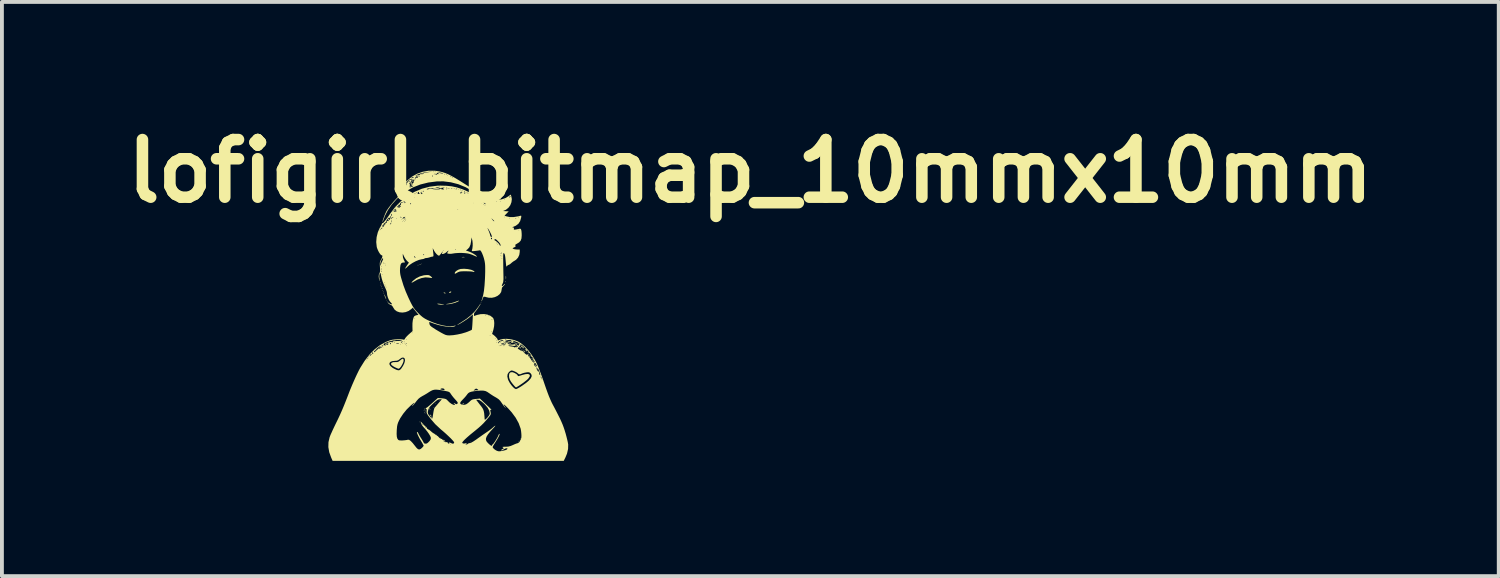
<source format=kicad_pcb>
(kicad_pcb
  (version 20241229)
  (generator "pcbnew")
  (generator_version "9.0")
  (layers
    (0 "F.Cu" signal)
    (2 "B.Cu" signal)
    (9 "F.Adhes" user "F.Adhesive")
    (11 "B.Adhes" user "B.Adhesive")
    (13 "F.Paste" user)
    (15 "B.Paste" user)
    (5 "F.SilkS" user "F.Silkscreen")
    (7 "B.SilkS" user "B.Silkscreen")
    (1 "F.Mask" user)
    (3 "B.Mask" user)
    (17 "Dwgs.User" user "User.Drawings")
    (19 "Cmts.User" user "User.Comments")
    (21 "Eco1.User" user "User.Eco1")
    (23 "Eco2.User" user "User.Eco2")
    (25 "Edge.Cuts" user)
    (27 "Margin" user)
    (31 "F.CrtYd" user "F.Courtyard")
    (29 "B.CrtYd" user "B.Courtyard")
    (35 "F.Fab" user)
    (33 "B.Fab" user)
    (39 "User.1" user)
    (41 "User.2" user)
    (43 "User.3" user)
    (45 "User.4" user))
  (footprint "lofigirl_bitmap_10mmx10mm"
    (layer "F.Cu")
    (at 8.859 3.944)
    (property "Reference" "lofigirl_bitmap_10mmx10mm" (at 7.62 -2.54 0) (layer "F.SilkS") (effects (font (size 1.5 1.5) (thickness 0.3))))
    (attr board_only exclude_from_pos_files exclude_from_bom)
    (fp_poly (pts (xy -2.103 2.111) (xy -2.111 2.118) (xy -2.118 2.111) (xy -2.111 2.103)) (stroke (width 0) (type solid)) (fill yes) (layer "F.SilkS"))
    (fp_poly (pts (xy -1.941 0.566) (xy -1.949 0.574) (xy -1.956 0.566) (xy -1.949 0.559)) (stroke (width 0) (type solid)) (fill yes) (layer "F.SilkS"))
    (fp_poly (pts (xy -1.912 0.64) (xy -1.919 0.647) (xy -1.927 0.64) (xy -1.919 0.632)) (stroke (width 0) (type solid)) (fill yes) (layer "F.SilkS"))
    (fp_poly (pts (xy -1.838 0.816) (xy -1.846 0.824) (xy -1.853 0.816) (xy -1.846 0.809)) (stroke (width 0) (type solid)) (fill yes) (layer "F.SilkS"))
    (fp_poly (pts (xy -1.838 1.963) (xy -1.846 1.971) (xy -1.853 1.963) (xy -1.846 1.956)) (stroke (width 0) (type solid)) (fill yes) (layer "F.SilkS"))
    (fp_poly (pts (xy -1.824 0.846) (xy -1.831 0.853) (xy -1.838 0.846) (xy -1.831 0.838)) (stroke (width 0) (type solid)) (fill yes) (layer "F.SilkS"))
    (fp_poly (pts (xy -0.927 -0.125) (xy -0.934 -0.118) (xy -0.941 -0.125) (xy -0.934 -0.132)) (stroke (width 0) (type solid)) (fill yes) (layer "F.SilkS"))
    (fp_poly (pts (xy -0.853 3.64) (xy -0.86 3.647) (xy -0.868 3.64) (xy -0.86 3.633)) (stroke (width 0) (type solid)) (fill yes) (layer "F.SilkS"))
    (fp_poly (pts (xy -0.838 3.714) (xy -0.846 3.721) (xy -0.853 3.714) (xy -0.846 3.706)) (stroke (width 0) (type solid)) (fill yes) (layer "F.SilkS"))
    (fp_poly (pts (xy -0.824 3.684) (xy -0.831 3.692) (xy -0.838 3.684) (xy -0.831 3.677)) (stroke (width 0) (type solid)) (fill yes) (layer "F.SilkS"))
    (fp_poly (pts (xy -0.706 3.67) (xy -0.713 3.677) (xy -0.721 3.67) (xy -0.713 3.662)) (stroke (width 0) (type solid)) (fill yes) (layer "F.SilkS"))
    (fp_poly (pts (xy -0.662 3.817) (xy -0.669 3.824) (xy -0.677 3.817) (xy -0.669 3.809)) (stroke (width 0) (type solid)) (fill yes) (layer "F.SilkS"))
    (fp_poly (pts (xy -0.618 3.611) (xy -0.625 3.618) (xy -0.632 3.611) (xy -0.625 3.603)) (stroke (width 0) (type solid)) (fill yes) (layer "F.SilkS"))
    (fp_poly (pts (xy -0.559 3.508) (xy -0.566 3.515) (xy -0.574 3.508) (xy -0.566 3.5)) (stroke (width 0) (type solid)) (fill yes) (layer "F.SilkS"))
    (fp_poly (pts (xy -0.471 3.434) (xy -0.478 3.442) (xy -0.485 3.434) (xy -0.478 3.427)) (stroke (width 0) (type solid)) (fill yes) (layer "F.SilkS"))
    (fp_poly (pts (xy 0.353 4.508) (xy 0.346 4.515) (xy 0.338 4.508) (xy 0.346 4.501)) (stroke (width 0) (type solid)) (fill yes) (layer "F.SilkS"))
    (fp_poly (pts (xy 0.618 0.875) (xy 0.61 0.882) (xy 0.603 0.875) (xy 0.61 0.868)) (stroke (width 0) (type solid)) (fill yes) (layer "F.SilkS"))
    (fp_poly (pts (xy 1.588 4.493) (xy 1.581 4.501) (xy 1.574 4.493) (xy 1.581 4.486)) (stroke (width 0) (type solid)) (fill yes) (layer "F.SilkS"))
    (fp_poly (pts (xy 1.824 2.169) (xy 1.816 2.177) (xy 1.809 2.169) (xy 1.816 2.162)) (stroke (width 0) (type solid)) (fill yes) (layer "F.SilkS"))
    (fp_poly (pts (xy -2.005 0.358) (xy -2.003 0.375) (xy -2.005 0.377) (xy -2.014 0.375) (xy -2.015 0.368) (xy -2.01 0.356)) (stroke (width 0) (type solid)) (fill yes) (layer "F.SilkS"))
    (fp_poly (pts (xy -1.99 0.417) (xy -1.989 0.434) (xy -1.99 0.436) (xy -1.999 0.434) (xy -2 0.427) (xy -1.995 0.414)) (stroke (width 0) (type solid)) (fill yes) (layer "F.SilkS"))
    (fp_poly (pts (xy -1.976 0.461) (xy -1.974 0.478) (xy -1.976 0.48) (xy -1.984 0.478) (xy -1.986 0.471) (xy -1.98 0.459)) (stroke (width 0) (type solid)) (fill yes) (layer "F.SilkS"))
    (fp_poly (pts (xy -1.961 0.505) (xy -1.959 0.522) (xy -1.961 0.525) (xy -1.97 0.523) (xy -1.971 0.515) (xy -1.965 0.503)) (stroke (width 0) (type solid)) (fill yes) (layer "F.SilkS"))
    (fp_poly (pts (xy -1.932 -1.128) (xy -1.93 -1.11) (xy -1.932 -1.108) (xy -1.94 -1.11) (xy -1.941 -1.118) (xy -1.936 -1.13)) (stroke (width 0) (type solid)) (fill yes) (layer "F.SilkS"))
    (fp_poly (pts (xy -1.932 0.593) (xy -1.93 0.611) (xy -1.932 0.613) (xy -1.94 0.611) (xy -1.941 0.603) (xy -1.936 0.591)) (stroke (width 0) (type solid)) (fill yes) (layer "F.SilkS"))
    (fp_poly (pts (xy -1.623 1.873) (xy -1.625 1.882) (xy -1.633 1.883) (xy -1.645 1.877) (xy -1.642 1.873) (xy -1.625 1.871)) (stroke (width 0) (type solid)) (fill yes) (layer "F.SilkS"))
    (fp_poly (pts (xy -1.064 -2.392) (xy -1.062 -2.375) (xy -1.064 -2.373) (xy -1.073 -2.375) (xy -1.074 -2.383) (xy -1.068 -2.395)) (stroke (width 0) (type solid)) (fill yes) (layer "F.SilkS"))
    (fp_poly (pts (xy -1.02 -0.098) (xy -1.022 -0.089) (xy -1.03 -0.088) (xy -1.042 -0.094) (xy -1.039 -0.098) (xy -1.022 -0.1)) (stroke (width 0) (type solid)) (fill yes) (layer "F.SilkS"))
    (fp_poly (pts (xy -0.976 3.976) (xy -0.974 3.993) (xy -0.976 3.996) (xy -0.984 3.994) (xy -0.985 3.986) (xy -0.98 3.974)) (stroke (width 0) (type solid)) (fill yes) (layer "F.SilkS"))
    (fp_poly (pts (xy -0.96 -0.112) (xy -0.964 -0.105) (xy -0.979 -0.104) (xy -0.995 -0.108) (xy -0.988 -0.113) (xy -0.965 -0.115)) (stroke (width 0) (type solid)) (fill yes) (layer "F.SilkS"))
    (fp_poly (pts (xy 1.245 0.328) (xy 1.247 0.346) (xy 1.245 0.348) (xy 1.236 0.346) (xy 1.235 0.338) (xy 1.241 0.326)) (stroke (width 0) (type solid)) (fill yes) (layer "F.SilkS"))
    (fp_poly (pts (xy 1.598 1.946) (xy 1.596 1.955) (xy 1.588 1.956) (xy 1.576 1.951) (xy 1.579 1.946) (xy 1.596 1.945)) (stroke (width 0) (type solid)) (fill yes) (layer "F.SilkS"))
    (fp_poly (pts (xy 1.642 2.079) (xy 1.64 2.087) (xy 1.633 2.088) (xy 1.62 2.083) (xy 1.623 2.079) (xy 1.64 2.077)) (stroke (width 0) (type solid)) (fill yes) (layer "F.SilkS"))
    (fp_poly (pts (xy 1.716 2.079) (xy 1.714 2.087) (xy 1.706 2.088) (xy 1.694 2.083) (xy 1.696 2.079) (xy 1.714 2.077)) (stroke (width 0) (type solid)) (fill yes) (layer "F.SilkS"))
    (fp_poly (pts (xy -1.9 -1.171) (xy -1.884 -1.156) (xy -1.887 -1.147) (xy -1.889 -1.147) (xy -1.901 -1.158) (xy -1.906 -1.164) (xy -1.908 -1.174)) (stroke (width 0) (type solid)) (fill yes) (layer "F.SilkS"))
    (fp_poly (pts (xy -1.508 -1.618) (xy -1.523 -1.605) (xy -1.54 -1.603) (xy -1.544 -1.609) (xy -1.533 -1.618) (xy -1.521 -1.623) (xy -1.506 -1.624)) (stroke (width 0) (type solid)) (fill yes) (layer "F.SilkS"))
    (fp_poly (pts (xy -1.399 -1.774) (xy -1.384 -1.759) (xy -1.387 -1.75) (xy -1.389 -1.75) (xy -1.401 -1.761) (xy -1.406 -1.767) (xy -1.408 -1.777)) (stroke (width 0) (type solid)) (fill yes) (layer "F.SilkS"))
    (fp_poly (pts (xy -0.855 3.742) (xy -0.84 3.756) (xy -0.843 3.765) (xy -0.845 3.765) (xy -0.857 3.755) (xy -0.862 3.748) (xy -0.864 3.738)) (stroke (width 0) (type solid)) (fill yes) (layer "F.SilkS"))
    (fp_poly (pts (xy -0.668 3.852) (xy -0.667 3.861) (xy -0.67 3.881) (xy -0.681 3.873) (xy -0.683 3.869) (xy -0.683 3.851) (xy -0.679 3.848)) (stroke (width 0) (type solid)) (fill yes) (layer "F.SilkS"))
    (fp_poly (pts (xy -0.444 4.404) (xy -0.428 4.417) (xy -0.427 4.42) (xy -0.433 4.427) (xy -0.448 4.413) (xy -0.45 4.41) (xy -0.452 4.4)) (stroke (width 0) (type solid)) (fill yes) (layer "F.SilkS"))
    (fp_poly (pts (xy 1.634 2.038) (xy 1.647 2.052) (xy 1.632 2.059) (xy 1.624 2.059) (xy 1.609 2.052) (xy 1.611 2.044) (xy 1.628 2.036)) (stroke (width 0) (type solid)) (fill yes) (layer "F.SilkS"))
    (fp_poly (pts (xy 2.086 2.624) (xy 2.102 2.639) (xy 2.099 2.647) (xy 2.097 2.647) (xy 2.084 2.637) (xy 2.08 2.63) (xy 2.078 2.62)) (stroke (width 0) (type solid)) (fill yes) (layer "F.SilkS"))
    (fp_poly (pts (xy -2.049 2.069) (xy -2.052 2.074) (xy -2.066 2.088) (xy -2.068 2.088) (xy -2.069 2.079) (xy -2.066 2.074) (xy -2.053 2.06) (xy -2.05 2.059)) (stroke (width 0) (type solid)) (fill yes) (layer "F.SilkS"))
    (fp_poly (pts (xy -1.519 -1.652) (xy -1.522 -1.647) (xy -1.536 -1.633) (xy -1.539 -1.633) (xy -1.54 -1.642) (xy -1.537 -1.647) (xy -1.523 -1.661) (xy -1.52 -1.662)) (stroke (width 0) (type solid)) (fill yes) (layer "F.SilkS"))
    (fp_poly (pts (xy -1.389 -2.109) (xy -1.397 -2.096) (xy -1.415 -2.078) (xy -1.421 -2.074) (xy -1.421 -2.085) (xy -1.417 -2.096) (xy -1.402 -2.115) (xy -1.394 -2.118)) (stroke (width 0) (type solid)) (fill yes) (layer "F.SilkS"))
    (fp_poly (pts (xy -1.211 -2.153) (xy -1.213 -2.147) (xy -1.227 -2.133) (xy -1.229 -2.133) (xy -1.235 -2.144) (xy -1.235 -2.147) (xy -1.224 -2.161) (xy -1.22 -2.162)) (stroke (width 0) (type solid)) (fill yes) (layer "F.SilkS"))
    (fp_poly (pts (xy -0.858 3.672) (xy -0.86 3.677) (xy -0.874 3.691) (xy -0.877 3.692) (xy -0.878 3.682) (xy -0.875 3.677) (xy -0.861 3.663) (xy -0.859 3.662)) (stroke (width 0) (type solid)) (fill yes) (layer "F.SilkS"))
    (fp_poly (pts (xy -0.725 3.642) (xy -0.728 3.647) (xy -0.742 3.662) (xy -0.744 3.662) (xy -0.745 3.653) (xy -0.743 3.647) (xy -0.729 3.633) (xy -0.726 3.633)) (stroke (width 0) (type solid)) (fill yes) (layer "F.SilkS"))
    (fp_poly (pts (xy -0.705 3.806) (xy -0.701 3.817) (xy -0.7 3.836) (xy -0.706 3.839) (xy -0.719 3.827) (xy -0.721 3.817) (xy -0.718 3.797) (xy -0.715 3.795)) (stroke (width 0) (type solid)) (fill yes) (layer "F.SilkS"))
    (fp_poly (pts (xy -0.324 0.625) (xy -0.316 0.632) (xy -0.315 0.645) (xy -0.333 0.643) (xy -0.353 0.632) (xy -0.367 0.621) (xy -0.354 0.618) (xy -0.35 0.618)) (stroke (width 0) (type solid)) (fill yes) (layer "F.SilkS"))
    (fp_poly (pts (xy 0.172 3.507) (xy 0.162 3.515) (xy 0.135 3.528) (xy 0.125 3.529) (xy 0.122 3.523) (xy 0.132 3.515) (xy 0.159 3.503) (xy 0.169 3.501)) (stroke (width 0) (type solid)) (fill yes) (layer "F.SilkS"))
    (fp_poly (pts (xy 0.18 -0.305) (xy 0.187 -0.301) (xy 0.169 -0.299) (xy 0.147 -0.298) (xy 0.115 -0.299) (xy 0.107 -0.302) (xy 0.114 -0.305) (xy 0.157 -0.307)) (stroke (width 0) (type solid)) (fill yes) (layer "F.SilkS"))
    (fp_poly (pts (xy 1.261 0.195) (xy 1.263 0.239) (xy 1.26 0.269) (xy 1.257 0.275) (xy 1.255 0.255) (xy 1.254 0.228) (xy 1.255 0.195) (xy 1.258 0.185)) (stroke (width 0) (type solid)) (fill yes) (layer "F.SilkS"))
    (fp_poly (pts (xy 1.574 1.982) (xy 1.564 2.003) (xy 1.552 2.015) (xy 1.534 2.024) (xy 1.53 2.019) (xy 1.54 1.998) (xy 1.552 1.986) (xy 1.569 1.977)) (stroke (width 0) (type solid)) (fill yes) (layer "F.SilkS"))
    (fp_poly (pts (xy 1.686 2.112) (xy 1.684 2.118) (xy 1.671 2.132) (xy 1.668 2.133) (xy 1.662 2.121) (xy 1.662 2.118) (xy 1.673 2.104) (xy 1.678 2.103)) (stroke (width 0) (type solid)) (fill yes) (layer "F.SilkS"))
    (fp_poly (pts (xy 1.775 2.097) (xy 1.772 2.103) (xy 1.759 2.117) (xy 1.757 2.118) (xy 1.75 2.107) (xy 1.75 2.103) (xy 1.762 2.089) (xy 1.766 2.088)) (stroke (width 0) (type solid)) (fill yes) (layer "F.SilkS"))
    (fp_poly (pts (xy 1.941 2.331) (xy 1.955 2.344) (xy 1.956 2.347) (xy 1.945 2.353) (xy 1.941 2.353) (xy 1.927 2.342) (xy 1.927 2.338) (xy 1.936 2.329)) (stroke (width 0) (type solid)) (fill yes) (layer "F.SilkS"))
    (fp_poly (pts (xy -0.164 0.596) (xy -0.164 0.596) (xy -0.167 0.61) (xy -0.177 0.618) (xy -0.207 0.631) (xy -0.22 0.623) (xy -0.221 0.619) (xy -0.209 0.604) (xy -0.184 0.593)) (stroke (width 0) (type solid)) (fill yes) (layer "F.SilkS"))
    (fp_poly (pts (xy 1.714 2.109) (xy 1.727 2.124) (xy 1.748 2.157) (xy 1.744 2.174) (xy 1.733 2.177) (xy 1.723 2.171) (xy 1.725 2.167) (xy 1.727 2.149) (xy 1.719 2.127) (xy 1.71 2.106)) (stroke (width 0) (type solid)) (fill yes) (layer "F.SilkS"))
    (fp_poly (pts (xy -1.905 0.671) (xy -1.89 0.699) (xy -1.881 0.719) (xy -1.866 0.758) (xy -1.858 0.784) (xy -1.858 0.79) (xy -1.867 0.781) (xy -1.881 0.753) (xy -1.888 0.736) (xy -1.905 0.69) (xy -1.91 0.668)) (stroke (width 0) (type solid)) (fill yes) (layer "F.SilkS"))
    (fp_poly (pts (xy 1.895 2.248) (xy 1.896 2.253) (xy 1.889 2.281) (xy 1.871 2.285) (xy 1.851 2.268) (xy 1.839 2.251) (xy 1.846 2.255) (xy 1.856 2.262) (xy 1.876 2.273) (xy 1.885 2.26) (xy 1.887 2.255) (xy 1.893 2.237)) (stroke (width 0) (type solid)) (fill yes) (layer "F.SilkS"))
    (fp_poly (pts (xy 2.022 2.489) (xy 2.021 2.492) (xy 2.016 2.511) (xy 2.029 2.508) (xy 2.029 2.508) (xy 2.042 2.504) (xy 2.038 2.513) (xy 2.023 2.529) (xy 2.009 2.517) (xy 2.007 2.514) (xy 2.007 2.491) (xy 2.014 2.481) (xy 2.025 2.473)) (stroke (width 0) (type solid)) (fill yes) (layer "F.SilkS"))
    (fp_poly (pts (xy -1.61 -1.534) (xy -1.623 -1.508) (xy -1.642 -1.492) (xy -1.652 -1.496) (xy -1.651 -1.508) (xy -1.647 -1.508) (xy -1.64 -1.5) (xy -1.633 -1.508) (xy -1.64 -1.515) (xy -1.647 -1.508) (xy -1.651 -1.508) (xy -1.65 -1.517) (xy -1.639 -1.53) (xy -1.616 -1.543)) (stroke (width 0) (type solid)) (fill yes) (layer "F.SilkS"))
    (fp_poly (pts (xy -0.482 0.911) (xy -0.433 0.917) (xy -0.379 0.927) (xy -0.353 0.933) (xy -0.349 0.936) (xy -0.367 0.937) (xy -0.399 0.937) (xy -0.439 0.935) (xy -0.477 0.931) (xy -0.482 0.931) (xy -0.514 0.923) (xy -0.529 0.914) (xy -0.529 0.913) (xy -0.516 0.909)) (stroke (width 0) (type solid)) (fill yes) (layer "F.SilkS"))
    (fp_poly (pts (xy 0.042 0.833) (xy 0.03 0.843) (xy 0.002 0.859) (xy -0.058 0.884) (xy -0.132 0.905) (xy -0.207 0.92) (xy -0.269 0.925) (xy -0.272 0.925) (xy -0.298 0.923) (xy -0.301 0.92) (xy -0.277 0.916) (xy -0.236 0.909) (xy -0.167 0.895) (xy -0.093 0.875) (xy -0.053 0.86) (xy -0.002 0.841) (xy 0.03 0.832)) (stroke (width 0) (type solid)) (fill yes) (layer "F.SilkS"))
    (fp_poly (pts (xy 1.677 2.009) (xy 1.705 2.029) (xy 1.706 2.029) (xy 1.73 2.049) (xy 1.732 2.056) (xy 1.712 2.055) (xy 1.71 2.055) (xy 1.677 2.047) (xy 1.662 2.038) (xy 1.65 2.019) (xy 1.664 2.019) (xy 1.668 2.027) (xy 1.683 2.043) (xy 1.691 2.04) (xy 1.691 2.038) (xy 1.681 2.025) (xy 1.674 2.021) (xy 1.664 2.019) (xy 1.65 2.019) (xy 1.648 2.016) (xy 1.652 2.002) (xy 1.658 2.001)) (stroke (width 0) (type solid)) (fill yes) (layer "F.SilkS"))
    (fp_poly (pts (xy -0.75 0.167) (xy -0.724 0.178) (xy -0.699 0.196) (xy -0.672 0.221) (xy -0.661 0.237) (xy -0.662 0.24) (xy -0.679 0.241) (xy -0.716 0.236) (xy -0.748 0.231) (xy -0.837 0.225) (xy -0.937 0.243) (xy -1.04 0.281) (xy -1.105 0.317) (xy -1.16 0.349) (xy -1.191 0.364) (xy -1.199 0.362) (xy -1.186 0.342) (xy -1.161 0.315) (xy -1.08 0.25) (xy -0.982 0.2) (xy -0.877 0.171) (xy -0.84 0.167) (xy -0.786 0.164)) (stroke (width 0) (type solid)) (fill yes) (layer "F.SilkS"))
    (fp_poly (pts (xy -1.414 2.348) (xy -1.405 2.367) (xy -1.405 2.401) (xy -1.419 2.447) (xy -1.443 2.498) (xy -1.472 2.546) (xy -1.502 2.583) (xy -1.529 2.602) (xy -1.535 2.603) (xy -1.557 2.597) (xy -1.596 2.58) (xy -1.633 2.563) (xy -1.678 2.537) (xy -1.713 2.511) (xy -1.727 2.496) (xy -1.732 2.467) (xy -1.711 2.445) (xy -1.67 2.431) (xy -1.617 2.43) (xy -1.571 2.429) (xy -1.537 2.418) (xy -1.499 2.39) (xy -1.495 2.386) (xy -1.454 2.353) (xy -1.429 2.341)) (stroke (width 0) (type solid)) (fill yes) (layer "F.SilkS"))
    (fp_poly (pts (xy 0.266 0.009) (xy 0.352 0.027) (xy 0.379 0.037) (xy 0.417 0.056) (xy 0.438 0.073) (xy 0.44 0.083) (xy 0.42 0.084) (xy 0.401 0.079) (xy 0.369 0.073) (xy 0.317 0.069) (xy 0.251 0.067) (xy 0.206 0.066) (xy 0.133 0.067) (xy 0.082 0.07) (xy 0.045 0.077) (xy 0.015 0.089) (xy -0.005 0.099) (xy -0.044 0.122) (xy -0.065 0.13) (xy -0.072 0.126) (xy -0.074 0.112) (xy -0.061 0.083) (xy -0.027 0.053) (xy 0.019 0.026) (xy 0.07 0.009) (xy 0.083 0.006) (xy 0.171 0.001)) (stroke (width 0) (type solid)) (fill yes) (layer "F.SilkS"))
    (fp_poly (pts (xy 1.449 2.699) (xy 1.491 2.717) (xy 1.53 2.741) (xy 1.558 2.764) (xy 1.566 2.78) (xy 1.568 2.791) (xy 1.578 2.795) (xy 1.602 2.791) (xy 1.644 2.778) (xy 1.68 2.766) (xy 1.76 2.745) (xy 1.822 2.739) (xy 1.863 2.748) (xy 1.882 2.771) (xy 1.876 2.806) (xy 1.845 2.853) (xy 1.829 2.871) (xy 1.798 2.899) (xy 1.753 2.935) (xy 1.7 2.975) (xy 1.644 3.014) (xy 1.593 3.048) (xy 1.55 3.074) (xy 1.524 3.088) (xy 1.519 3.089) (xy 1.505 3.078) (xy 1.478 3.05) (xy 1.444 3.01) (xy 1.438 3.003) (xy 1.389 2.938) (xy 1.359 2.885) (xy 1.343 2.836) (xy 1.338 2.783) (xy 1.338 2.782) (xy 1.346 2.73) (xy 1.369 2.701) (xy 1.412 2.692) (xy 1.416 2.691)) (stroke (width 0) (type solid)) (fill yes) (layer "F.SilkS"))
    (fp_poly (pts (xy -0.591 -2.55) (xy -0.566 -2.547) (xy -0.481 -2.534) (xy -0.402 -2.516) (xy -0.323 -2.491) (xy -0.241 -2.457) (xy -0.151 -2.411) (xy -0.049 -2.353) (xy 0.07 -2.28) (xy 0.143 -2.234) (xy 0.311 -2.128) (xy 0.465 -2.036) (xy 0.605 -1.957) (xy 0.728 -1.894) (xy 0.832 -1.847) (xy 0.911 -1.818) (xy 1.029 -1.797) (xy 1.1 -1.802) (xy 1.221 -1.802) (xy 1.228 -1.794) (xy 1.235 -1.802) (xy 1.228 -1.809) (xy 1.221 -1.802) (xy 1.1 -1.802) (xy 1.142 -1.804) (xy 1.248 -1.84) (xy 1.283 -1.861) (xy 1.338 -1.861) (xy 1.35 -1.858) (xy 1.358 -1.858) (xy 1.376 -1.87) (xy 1.378 -1.877) (xy 1.372 -1.889) (xy 1.358 -1.881) (xy 1.341 -1.865) (xy 1.338 -1.861) (xy 1.283 -1.861) (xy 1.329 -1.889) (xy 1.382 -1.93) (xy 1.397 -1.891) (xy 1.412 -1.813) (xy 1.402 -1.731) (xy 1.372 -1.653) (xy 1.323 -1.586) (xy 1.26 -1.536) (xy 1.245 -1.529) (xy 1.185 -1.502) (xy 1.258 -1.497) (xy 1.331 -1.493) (xy 1.277 -1.437) (xy 1.222 -1.381) (xy 1.262 -1.366) (xy 1.354 -1.345) (xy 1.463 -1.345) (xy 1.586 -1.365) (xy 1.63 -1.377) (xy 1.651 -1.381) (xy 1.659 -1.372) (xy 1.656 -1.343) (xy 1.654 -1.329) (xy 1.628 -1.239) (xy 1.583 -1.17) (xy 1.517 -1.12) (xy 1.463 -1.096) (xy 1.43 -1.083) (xy 1.425 -1.076) (xy 1.439 -1.074) (xy 1.465 -1.069) (xy 1.468 -1.049) (xy 1.466 -1.042) (xy 1.463 -1.027) (xy 1.469 -1.018) (xy 1.488 -1.017) (xy 1.524 -1.022) (xy 1.584 -1.034) (xy 1.599 -1.038) (xy 1.632 -1.042) (xy 1.648 -1.031) (xy 1.658 -1.005) (xy 1.664 -0.969) (xy 1.668 -0.915) (xy 1.669 -0.865) (xy 1.663 -0.788) (xy 1.642 -0.73) (xy 1.602 -0.686) (xy 1.547 -0.652) (xy 1.513 -0.632) (xy 1.498 -0.616) (xy 1.5 -0.611) (xy 1.514 -0.591) (xy 1.501 -0.57) (xy 1.468 -0.553) (xy 1.438 -0.539) (xy 1.433 -0.53) (xy 1.45 -0.518) (xy 1.453 -0.517) (xy 1.486 -0.506) (xy 1.534 -0.501) (xy 1.551 -0.5) (xy 1.618 -0.5) (xy 1.618 -0.437) (xy 1.606 -0.359) (xy 1.573 -0.289) (xy 1.523 -0.234) (xy 1.493 -0.214) (xy 1.445 -0.185) (xy 1.402 -0.151) (xy 1.394 -0.143) (xy 1.363 -0.117) (xy 1.336 -0.103) (xy 1.333 -0.103) (xy 1.308 -0.092) (xy 1.289 -0.072) (xy 1.278 -0.058) (xy 1.27 -0.06) (xy 1.265 -0.081) (xy 1.26 -0.125) (xy 1.258 -0.142) (xy 1.249 -0.232) (xy 1.242 -0.298) (xy 1.235 -0.343) (xy 1.227 -0.373) (xy 1.218 -0.392) (xy 1.208 -0.402) (xy 1.202 -0.407) (xy 1.197 -0.406) (xy 1.193 -0.399) (xy 1.19 -0.382) (xy 1.188 -0.353) (xy 1.187 -0.311) (xy 1.187 -0.251) (xy 1.188 -0.173) (xy 1.189 -0.073) (xy 1.191 0.05) (xy 1.194 0.2) (xy 1.195 0.273) (xy 1.187 0.349) (xy 1.169 0.394) (xy 1.152 0.432) (xy 1.154 0.451) (xy 1.172 0.448) (xy 1.2 0.422) (xy 1.222 0.399) (xy 1.235 0.394) (xy 1.235 0.396) (xy 1.225 0.415) (xy 1.2 0.443) (xy 1.191 0.451) (xy 1.159 0.488) (xy 1.148 0.53) (xy 1.147 0.545) (xy 1.134 0.607) (xy 1.096 0.662) (xy 1.04 0.707) (xy 0.971 0.739) (xy 0.894 0.756) (xy 0.814 0.755) (xy 0.759 0.743) (xy 0.717 0.731) (xy 0.686 0.728) (xy 0.677 0.731) (xy 0.665 0.751) (xy 0.651 0.788) (xy 0.647 0.799) (xy 0.635 0.832) (xy 0.625 0.849) (xy 0.623 0.849) (xy 0.624 0.833) (xy 0.634 0.799) (xy 0.641 0.778) (xy 0.666 0.688) (xy 0.687 0.573) (xy 0.702 0.431) (xy 0.713 0.261) (xy 0.716 0.184) (xy 0.719 0.076) (xy 0.719 -0.008) (xy 0.718 -0.075) (xy 0.714 -0.131) (xy 0.707 -0.18) (xy 0.701 -0.21) (xy 0.685 -0.272) (xy 1.147 -0.272) (xy 1.155 -0.265) (xy 1.162 -0.272) (xy 1.155 -0.279) (xy 1.147 -0.272) (xy 0.685 -0.272) (xy 0.684 -0.277) (xy 0.666 -0.331) (xy 1.147 -0.331) (xy 1.155 -0.324) (xy 1.162 -0.331) (xy 1.155 -0.338) (xy 1.147 -0.331) (xy 0.666 -0.331) (xy 0.662 -0.342) (xy 0.661 -0.346) (xy 1.118 -0.346) (xy 1.125 -0.338) (xy 1.132 -0.346) (xy 1.125 -0.353) (xy 1.118 -0.346) (xy 0.661 -0.346) (xy 0.645 -0.384) (xy 1.122 -0.384) (xy 1.132 -0.391) (xy 1.134 -0.393) (xy 1.146 -0.412) (xy 1.144 -0.42) (xy 1.133 -0.415) (xy 1.126 -0.401) (xy 1.122 -0.384) (xy 0.645 -0.384) (xy 0.639 -0.401) (xy 0.615 -0.447) (xy 0.594 -0.475) (xy 0.581 -0.48) (xy 0.558 -0.475) (xy 0.516 -0.469) (xy 0.464 -0.463) (xy 0.411 -0.458) (xy 0.382 -0.457) (xy 0.371 -0.463) (xy 0.372 -0.475) (xy 0.374 -0.48) (xy 0.386 -0.53) (xy 0.393 -0.596) (xy 0.393 -0.64) (xy 1.03 -0.64) (xy 1.037 -0.632) (xy 1.044 -0.64) (xy 1.037 -0.647) (xy 1.03 -0.64) (xy 0.393 -0.64) (xy 0.393 -0.667) (xy 0.392 -0.669) (xy 1.015 -0.669) (xy 1.022 -0.662) (xy 1.03 -0.669) (xy 1.022 -0.677) (xy 1.015 -0.669) (xy 0.392 -0.669) (xy 0.386 -0.729) (xy 0.382 -0.748) (xy 0.956 -0.748) (xy 0.968 -0.739) (xy 0.999 -0.721) (xy 1.036 -0.689) (xy 1.071 -0.654) (xy 1.093 -0.623) (xy 1.096 -0.617) (xy 1.108 -0.592) (xy 1.115 -0.595) (xy 1.118 -0.62) (xy 1.108 -0.647) (xy 1.081 -0.685) (xy 1.051 -0.718) (xy 1.013 -0.754) (xy 0.988 -0.77) (xy 0.972 -0.77) (xy 0.967 -0.765) (xy 0.956 -0.748) (xy 0.382 -0.748) (xy 0.381 -0.75) (xy 0.37 -0.787) (xy 0.868 -0.787) (xy 0.876 -0.767) (xy 0.882 -0.765) (xy 0.896 -0.777) (xy 0.897 -0.787) (xy 0.889 -0.806) (xy 0.882 -0.809) (xy 0.869 -0.797) (xy 0.868 -0.787) (xy 0.37 -0.787) (xy 0.362 -0.816) (xy 0.353 -0.721) (xy 0.336 -0.627) (xy 0.306 -0.557) (xy 0.26 -0.507) (xy 0.256 -0.504) (xy 0.217 -0.476) (xy 0.305 -0.444) (xy 0.363 -0.419) (xy 0.42 -0.387) (xy 0.468 -0.355) (xy 0.499 -0.326) (xy 0.505 -0.316) (xy 0.496 -0.314) (xy 0.468 -0.324) (xy 0.428 -0.342) (xy 0.368 -0.367) (xy 0.302 -0.389) (xy 0.266 -0.397) (xy 0.193 -0.406) (xy 0.105 -0.411) (xy 0.016 -0.41) (xy -0.065 -0.404) (xy -0.118 -0.396) (xy -0.17 -0.388) (xy -0.22 -0.388) (xy -0.232 -0.39) (xy -0.264 -0.397) (xy -0.271 -0.408) (xy -0.259 -0.429) (xy -0.258 -0.431) (xy -0.238 -0.462) (xy -0.238 -0.472) (xy -0.257 -0.46) (xy -0.278 -0.441) (xy -0.315 -0.411) (xy -0.356 -0.39) (xy -0.391 -0.383) (xy -0.408 -0.388) (xy -0.407 -0.405) (xy -0.4 -0.415) (xy -0.384 -0.438) (xy -0.382 -0.446) (xy -0.39 -0.444) (xy -0.409 -0.422) (xy -0.427 -0.399) (xy -0.454 -0.365) (xy -0.476 -0.342) (xy -0.483 -0.338) (xy -0.511 -0.35) (xy -0.547 -0.381) (xy -0.583 -0.424) (xy -0.611 -0.468) (xy -0.616 -0.478) (xy -0.382 -0.478) (xy -0.375 -0.471) (xy -0.368 -0.478) (xy -0.375 -0.485) (xy -0.382 -0.478) (xy -0.616 -0.478) (xy -0.628 -0.5) (xy -0.059 -0.5) (xy -0.053 -0.488) (xy -0.049 -0.49) (xy -0.047 -0.508) (xy -0.049 -0.51) (xy -0.058 -0.508) (xy -0.059 -0.5) (xy -0.628 -0.5) (xy -0.648 -0.537) (xy -0.638 -0.456) (xy -0.63 -0.391) (xy -0.627 -0.35) (xy -0.63 -0.328) (xy -0.638 -0.318) (xy -0.654 -0.315) (xy -0.654 -0.315) (xy -0.69 -0.309) (xy -0.725 -0.297) (xy -0.771 -0.284) (xy -0.809 -0.279) (xy -0.842 -0.275) (xy -0.859 -0.267) (xy -0.877 -0.257) (xy -0.914 -0.249) (xy -0.93 -0.247) (xy -1.003 -0.23) (xy -1.087 -0.196) (xy -1.172 -0.151) (xy -1.248 -0.1) (xy -1.294 -0.061) (xy -1.336 -0.02) (xy -1.36 -0.002) (xy -1.364 -0.007) (xy -1.35 -0.034) (xy -1.318 -0.084) (xy -1.317 -0.085) (xy -1.267 -0.158) (xy -1.312 -0.2) (xy -1.345 -0.239) (xy -1.378 -0.29) (xy -1.391 -0.316) (xy -1.129 -0.316) (xy -1.117 -0.293) (xy -1.103 -0.28) (xy -1.101 -0.279) (xy -1.098 -0.29) (xy -1.106 -0.308) (xy -1.122 -0.329) (xy -1.129 -0.332) (xy -1.129 -0.316) (xy -1.391 -0.316) (xy -1.392 -0.316) (xy -1.416 -0.369) (xy -0.897 -0.369) (xy -0.886 -0.354) (xy -0.882 -0.353) (xy -0.868 -0.358) (xy -0.868 -0.359) (xy -0.878 -0.372) (xy -0.882 -0.375) (xy -0.896 -0.374) (xy -0.897 -0.369) (xy -1.416 -0.369) (xy -1.426 -0.39) (xy -1.426 -0.338) (xy -1.42 -0.29) (xy -1.402 -0.239) (xy -1.397 -0.228) (xy -1.377 -0.189) (xy -1.371 -0.169) (xy -1.377 -0.162) (xy -1.398 -0.162) (xy -1.402 -0.162) (xy -1.441 -0.156) (xy -1.468 -0.137) (xy -1.485 -0.099) (xy -1.494 -0.039) (xy -1.497 -0.004) (xy -1.499 0.055) (xy -1.496 0.106) (xy -1.488 0.16) (xy -1.472 0.226) (xy -1.457 0.277) (xy -1.408 0.436) (xy -1.35 0.591) (xy -1.28 0.752) (xy -1.225 0.868) (xy -1.184 0.947) (xy -1.149 1.007) (xy -1.112 1.059) (xy -1.067 1.111) (xy -1.023 1.156) (xy -0.96 1.217) (xy -0.905 1.263) (xy -0.848 1.3) (xy -0.778 1.337) (xy -0.765 1.343) (xy -0.641 1.397) (xy -0.516 1.441) (xy -0.395 1.473) (xy -0.282 1.493) (xy -0.183 1.499) (xy -0.103 1.489) (xy -0.097 1.488) (xy -0.062 1.479) (xy -0.051 1.481) (xy -0.056 1.489) (xy -0.091 1.506) (xy -0.149 1.513) (xy -0.224 1.512) (xy -0.313 1.503) (xy -0.409 1.486) (xy -0.509 1.462) (xy -0.607 1.431) (xy -0.62 1.427) (xy -0.737 1.384) (xy -0.733 1.431) (xy -0.726 1.458) (xy -0.71 1.482) (xy -0.678 1.51) (xy -0.632 1.541) (xy -0.572 1.58) (xy -0.5 1.623) (xy -0.429 1.664) (xy -0.418 1.67) (xy -0.357 1.702) (xy -0.312 1.722) (xy -0.272 1.732) (xy -0.229 1.735) (xy -0.204 1.735) (xy -0.113 1.729) (xy -0.005 1.712) (xy 0.106 1.688) (xy 0.211 1.657) (xy 0.258 1.64) (xy 0.294 1.625) (xy 0.882 1.625) (xy 0.89 1.633) (xy 0.897 1.625) (xy 0.89 1.618) (xy 0.882 1.625) (xy 0.294 1.625) (xy 0.308 1.619) (xy 0.348 1.602) (xy 0.369 1.591) (xy 0.37 1.59) (xy 0.374 1.573) (xy 0.379 1.532) (xy 0.384 1.473) (xy 0.388 1.402) (xy 0.389 1.384) (xy 0.392 1.331) (xy 0.912 1.331) (xy 0.919 1.338) (xy 0.927 1.331) (xy 0.919 1.324) (xy 0.912 1.331) (xy 0.392 1.331) (xy 0.393 1.316) (xy 0.882 1.316) (xy 0.89 1.324) (xy 0.897 1.316) (xy 0.89 1.309) (xy 0.882 1.316) (xy 0.393 1.316) (xy 0.399 1.187) (xy 0.324 1.253) (xy 0.279 1.289) (xy 0.22 1.331) (xy 0.154 1.374) (xy 0.09 1.414) (xy 0.034 1.446) (xy -0.006 1.464) (xy -0.007 1.465) (xy -0.009 1.462) (xy 0.012 1.447) (xy 0.05 1.422) (xy 0.084 1.401) (xy 0.23 1.304) (xy 0.352 1.207) (xy 0.453 1.104) (xy 0.539 0.992) (xy 0.558 0.963) (xy 0.582 0.928) (xy 0.598 0.908) (xy 0.603 0.907) (xy 0.595 0.925) (xy 0.574 0.96) (xy 0.544 1.005) (xy 0.512 1.052) (xy 0.48 1.095) (xy 0.455 1.127) (xy 0.442 1.14) (xy 0.431 1.16) (xy 0.427 1.19) (xy 0.427 1.231) (xy 0.435 1.228) (xy 0.794 1.228) (xy 0.802 1.235) (xy 0.809 1.228) (xy 0.802 1.221) (xy 0.794 1.228) (xy 0.435 1.228) (xy 0.478 1.213) (xy 0.721 1.213) (xy 0.728 1.221) (xy 0.735 1.213) (xy 0.728 1.206) (xy 0.721 1.213) (xy 0.478 1.213) (xy 0.511 1.202) (xy 0.601 1.182) (xy 0.692 1.18) (xy 0.778 1.194) (xy 0.853 1.224) (xy 0.911 1.268) (xy 0.933 1.296) (xy 0.949 1.346) (xy 0.955 1.415) (xy 0.951 1.494) (xy 0.935 1.576) (xy 0.927 1.605) (xy 0.899 1.697) (xy 0.931 1.719) (xy 0.97 1.751) (xy 1.006 1.788) (xy 1.034 1.822) (xy 1.044 1.847) (xy 1.044 1.847) (xy 1.045 1.862) (xy 1.053 1.866) (xy 1.076 1.859) (xy 1.101 1.849) (xy 1.23 1.849) (xy 1.25 1.851) (xy 1.271 1.849) (xy 1.269 1.843) (xy 1.238 1.841) (xy 1.232 1.843) (xy 1.23 1.849) (xy 1.101 1.849) (xy 1.108 1.846) (xy 1.181 1.828) (xy 1.271 1.824) (xy 1.371 1.833) (xy 1.471 1.856) (xy 1.565 1.89) (xy 1.578 1.896) (xy 1.662 1.949) (xy 1.751 2.026) (xy 1.84 2.122) (xy 1.925 2.234) (xy 2.004 2.358) (xy 2.06 2.463) (xy 2.084 2.518) (xy 2.116 2.596) (xy 2.152 2.69) (xy 2.191 2.795) (xy 2.23 2.904) (xy 2.258 2.986) (xy 2.304 3.119) (xy 2.344 3.23) (xy 2.38 3.324) (xy 2.415 3.406) (xy 2.45 3.483) (xy 2.489 3.559) (xy 2.49 3.559) (xy 2.56 3.693) (xy 2.617 3.805) (xy 2.665 3.9) (xy 2.703 3.983) (xy 2.735 4.058) (xy 2.761 4.128) (xy 2.785 4.199) (xy 2.808 4.275) (xy 2.81 4.28) (xy 2.832 4.362) (xy 2.852 4.442) (xy 2.868 4.511) (xy 2.877 4.563) (xy 2.879 4.574) (xy 2.876 4.691) (xy 2.848 4.813) (xy 2.807 4.912) (xy 2.763 5.001) (xy -0.245 5.001) (xy -3.252 5.001) (xy -3.289 4.917) (xy -3.34 4.777) (xy -3.363 4.643) (xy -3.36 4.514) (xy -3.33 4.384) (xy -3.329 4.383) (xy -3.314 4.343) (xy -3.296 4.3) (xy -1.586 4.3) (xy -1.581 4.374) (xy -1.566 4.425) (xy -1.542 4.456) (xy -1.52 4.466) (xy -1.482 4.469) (xy -1.428 4.469) (xy -1.369 4.464) (xy -1.318 4.457) (xy -1.293 4.45) (xy -1.262 4.453) (xy -1.22 4.482) (xy -1.168 4.537) (xy -1.11 4.61) (xy -1.065 4.666) (xy -1.029 4.697) (xy -0.996 4.705) (xy -0.961 4.691) (xy -0.928 4.664) (xy -0.9 4.634) (xy -0.884 4.612) (xy -0.882 4.608) (xy -0.89 4.59) (xy -0.902 4.567) (xy -0.191 4.567) (xy -0.184 4.574) (xy -0.176 4.567) (xy -0.184 4.559) (xy -0.191 4.567) (xy -0.902 4.567) (xy -0.909 4.554) (xy -0.937 4.506) (xy -0.95 4.485) (xy -0.986 4.424) (xy -1.018 4.362) (xy -1.043 4.308) (xy -1.057 4.269) (xy -1.059 4.256) (xy -1.052 4.248) (xy -1.037 4.257) (xy -1.024 4.278) (xy -1.021 4.284) (xy -1.009 4.311) (xy -0.984 4.355) (xy -0.953 4.406) (xy -0.947 4.414) (xy -0.917 4.462) (xy -0.894 4.501) (xy -0.883 4.525) (xy -0.882 4.527) (xy -0.87 4.545) (xy -0.841 4.553) (xy -0.808 4.55) (xy -0.796 4.546) (xy -0.769 4.525) (xy -0.736 4.492) (xy -0.728 4.483) (xy -0.702 4.445) (xy -0.695 4.41) (xy -0.697 4.392) (xy -0.713 4.353) (xy -0.745 4.299) (xy -0.79 4.236) (xy -0.842 4.171) (xy -0.884 4.125) (xy -0.898 4.108) (xy -0.851 4.108) (xy -0.847 4.116) (xy -0.832 4.132) (xy -0.824 4.128) (xy -0.824 4.126) (xy -0.834 4.114) (xy -0.841 4.109) (xy -0.851 4.108) (xy -0.898 4.108) (xy -0.917 4.084) (xy -0.942 4.042) (xy -0.95 4.023) (xy -0.953 4.008) (xy -0.949 4.008) (xy -0.921 4.041) (xy -0.895 4.069) (xy -0.883 4.073) (xy -0.882 4.069) (xy -0.892 4.057) (xy -0.916 4.036) (xy -0.949 4.008) (xy -0.953 4.008) (xy -0.96 3.978) (xy -0.915 4.021) (xy -0.887 4.049) (xy -0.873 4.069) (xy -0.872 4.072) (xy -0.866 4.081) (xy -0.844 4.092) (xy -0.819 4.117) (xy -0.799 4.144) (xy -0.794 4.158) (xy -0.786 4.171) (xy -0.78 4.17) (xy -0.766 4.172) (xy -0.765 4.179) (xy -0.76 4.19) (xy -0.756 4.188) (xy -0.742 4.192) (xy -0.714 4.212) (xy -0.694 4.23) (xy -0.658 4.261) (xy -0.626 4.283) (xy -0.615 4.288) (xy -0.593 4.302) (xy -0.588 4.311) (xy -0.579 4.319) (xy -0.575 4.317) (xy -0.557 4.321) (xy -0.546 4.335) (xy -0.533 4.351) (xy -0.53 4.349) (xy -0.521 4.352) (xy -0.499 4.373) (xy -0.485 4.389) (xy -0.447 4.424) (xy -0.418 4.432) (xy -0.416 4.431) (xy -0.4 4.429) (xy -0.403 4.439) (xy -0.403 4.451) (xy -0.394 4.449) (xy -0.37 4.453) (xy -0.339 4.471) (xy -0.338 4.471) (xy -0.318 4.49) (xy -0.317 4.5) (xy -0.319 4.5) (xy -0.342 4.49) (xy -0.346 4.486) (xy -0.367 4.472) (xy -0.372 4.471) (xy -0.374 4.478) (xy -0.357 4.493) (xy -0.329 4.51) (xy -0.313 4.514) (xy -0.281 4.513) (xy -0.259 4.519) (xy -0.256 4.528) (xy -0.252 4.542) (xy -0.233 4.554) (xy -0.213 4.555) (xy -0.209 4.552) (xy -0.213 4.545) (xy -0.221 4.545) (xy -0.233 4.54) (xy -0.225 4.529) (xy -0.204 4.522) (xy -0.172 4.537) (xy -0.171 4.538) (xy -0.133 4.553) (xy -0.103 4.55) (xy -0.089 4.529) (xy -0.088 4.524) (xy -0.099 4.502) (xy -0.13 4.465) (xy -0.177 4.415) (xy -0.237 4.357) (xy -0.307 4.292) (xy -0.383 4.225) (xy -0.433 4.184) (xy -0.581 4.046) (xy -0.693 3.916) (xy -0.742 3.853) (xy -0.775 3.809) (xy -0.794 3.776) (xy -0.804 3.751) (xy -0.805 3.744) (xy -0.775 3.744) (xy -0.768 3.773) (xy -0.749 3.806) (xy -0.725 3.838) (xy -0.695 3.874) (xy -0.671 3.896) (xy -0.66 3.9) (xy -0.654 3.882) (xy -0.645 3.842) (xy -0.637 3.788) (xy -0.634 3.766) (xy -0.624 3.706) (xy -0.613 3.656) (xy -0.602 3.624) (xy -0.599 3.619) (xy -0.581 3.598) (xy -0.549 3.561) (xy -0.51 3.515) (xy -0.495 3.497) (xy -0.409 3.397) (xy -0.462 3.397) (xy -0.49 3.401) (xy -0.519 3.413) (xy -0.555 3.437) (xy -0.603 3.478) (xy -0.621 3.494) (xy -0.679 3.548) (xy -0.719 3.59) (xy -0.745 3.627) (xy -0.76 3.664) (xy -0.771 3.709) (xy -0.771 3.71) (xy -0.775 3.744) (xy -0.805 3.744) (xy -0.806 3.727) (xy -0.805 3.705) (xy -0.803 3.667) (xy -0.809 3.652) (xy -0.817 3.653) (xy -0.831 3.651) (xy -0.829 3.639) (xy -0.814 3.62) (xy -0.807 3.618) (xy -0.792 3.609) (xy -0.76 3.583) (xy -0.715 3.545) (xy -0.662 3.498) (xy -0.654 3.491) (xy -0.513 3.364) (xy -0.407 3.373) (xy -0.349 3.38) (xy -0.311 3.39) (xy -0.284 3.405) (xy -0.266 3.423) (xy -0.213 3.477) (xy -0.159 3.517) (xy -0.112 3.54) (xy -0.09 3.544) (xy -0.064 3.542) (xy -0.065 3.534) (xy -0.077 3.524) (xy -0.1 3.502) (xy -0.099 3.494) (xy -0.076 3.503) (xy -0.065 3.51) (xy -0.037 3.525) (xy -0.019 3.523) (xy -0.005 3.512) (xy 0.005 3.498) (xy 0.004 3.491) (xy 0.068 3.491) (xy 0.073 3.516) (xy 0.103 3.533) (xy 0.125 3.538) (xy 0.176 3.542) (xy 0.222 3.53) (xy 0.269 3.498) (xy 0.309 3.463) (xy 0.347 3.428) (xy 0.371 3.412) (xy 0.484 3.412) (xy 0.582 3.539) (xy 0.621 3.589) (xy 0.649 3.629) (xy 0.669 3.668) (xy 0.682 3.709) (xy 0.692 3.76) (xy 0.698 3.828) (xy 0.705 3.918) (xy 0.706 3.927) (xy 0.715 3.929) (xy 0.74 3.911) (xy 0.773 3.878) (xy 0.815 3.825) (xy 0.836 3.784) (xy 0.838 3.764) (xy 0.824 3.694) (xy 0.783 3.618) (xy 0.716 3.539) (xy 0.677 3.502) (xy 0.622 3.455) (xy 0.582 3.427) (xy 0.549 3.414) (xy 0.53 3.412) (xy 0.484 3.412) (xy 0.371 3.412) (xy 0.378 3.408) (xy 0.414 3.397) (xy 0.467 3.39) (xy 0.478 3.389) (xy 0.581 3.379) (xy 0.641 3.436) (xy 0.681 3.475) (xy 0.733 3.523) (xy 0.785 3.573) (xy 0.792 3.579) (xy 0.842 3.627) (xy 0.871 3.658) (xy 0.881 3.674) (xy 0.873 3.676) (xy 0.863 3.672) (xy 0.852 3.673) (xy 0.85 3.691) (xy 0.858 3.728) (xy 0.864 3.762) (xy 0.863 3.787) (xy 0.852 3.812) (xy 0.827 3.846) (xy 0.801 3.878) (xy 0.735 3.955) (xy 0.676 4.02) (xy 0.617 4.078) (xy 0.55 4.138) (xy 0.468 4.206) (xy 0.441 4.228) (xy 0.33 4.318) (xy 0.242 4.394) (xy 0.178 4.454) (xy 0.138 4.498) (xy 0.121 4.526) (xy 0.121 4.532) (xy 0.14 4.547) (xy 0.177 4.55) (xy 0.223 4.54) (xy 0.228 4.538) (xy 0.248 4.532) (xy 0.245 4.537) (xy 0.229 4.551) (xy 0.209 4.568) (xy 0.213 4.574) (xy 0.231 4.574) (xy 0.26 4.565) (xy 0.27 4.552) (xy 0.27 4.552) (xy 0.279 4.552) (xy 0.287 4.559) (xy 0.294 4.552) (xy 0.287 4.545) (xy 0.279 4.552) (xy 0.27 4.552) (xy 0.288 4.538) (xy 0.3 4.539) (xy 0.323 4.539) (xy 0.359 4.525) (xy 0.41 4.496) (xy 0.479 4.45) (xy 0.522 4.419) (xy 0.581 4.377) (xy 0.653 4.326) (xy 0.726 4.276) (xy 0.757 4.255) (xy 0.815 4.215) (xy 0.866 4.178) (xy 0.904 4.147) (xy 0.919 4.133) (xy 0.951 4.104) (xy 0.978 4.086) (xy 0.983 4.088) (xy 0.97 4.107) (xy 0.942 4.139) (xy 0.932 4.149) (xy 0.852 4.236) (xy 0.794 4.308) (xy 0.757 4.366) (xy 0.739 4.416) (xy 0.739 4.459) (xy 0.757 4.499) (xy 0.791 4.538) (xy 0.842 4.585) (xy 0.877 4.608) (xy 0.894 4.607) (xy 0.897 4.597) (xy 0.904 4.577) (xy 0.91 4.574) (xy 0.925 4.562) (xy 0.949 4.531) (xy 0.979 4.488) (xy 1.009 4.439) (xy 1.037 4.392) (xy 1.056 4.352) (xy 1.06 4.342) (xy 1.075 4.31) (xy 1.089 4.295) (xy 1.09 4.295) (xy 1.095 4.306) (xy 1.085 4.338) (xy 1.062 4.386) (xy 1.028 4.446) (xy 0.985 4.515) (xy 0.985 4.516) (xy 0.952 4.567) (xy 0.927 4.609) (xy 0.914 4.637) (xy 0.912 4.642) (xy 0.924 4.666) (xy 0.954 4.696) (xy 0.995 4.724) (xy 1.026 4.74) (xy 1.062 4.751) (xy 1.099 4.752) (xy 1.152 4.744) (xy 1.159 4.742) (xy 1.209 4.731) (xy 1.25 4.72) (xy 1.267 4.714) (xy 1.292 4.696) (xy 1.299 4.686) (xy 1.294 4.674) (xy 1.271 4.673) (xy 1.239 4.681) (xy 1.21 4.696) (xy 1.206 4.699) (xy 1.176 4.718) (xy 1.149 4.728) (xy 1.133 4.726) (xy 1.132 4.723) (xy 1.144 4.709) (xy 1.171 4.693) (xy 1.197 4.68) (xy 1.199 4.669) (xy 1.182 4.655) (xy 1.17 4.644) (xy 1.174 4.637) (xy 1.199 4.634) (xy 1.249 4.633) (xy 1.25 4.633) (xy 1.318 4.629) (xy 1.379 4.614) (xy 1.439 4.589) (xy 1.488 4.567) (xy 1.528 4.551) (xy 1.55 4.545) (xy 1.551 4.545) (xy 1.577 4.535) (xy 1.604 4.514) (xy 1.623 4.488) (xy 1.624 4.47) (xy 1.622 4.459) (xy 1.633 4.464) (xy 1.646 4.466) (xy 1.644 4.446) (xy 1.644 4.444) (xy 1.642 4.423) (xy 1.649 4.42) (xy 1.657 4.413) (xy 1.661 4.384) (xy 1.662 4.338) (xy 1.659 4.284) (xy 1.653 4.227) (xy 1.644 4.175) (xy 1.64 4.158) (xy 1.59 4.019) (xy 1.512 3.878) (xy 1.408 3.737) (xy 1.325 3.644) (xy 1.273 3.591) (xy 1.234 3.554) (xy 1.208 3.534) (xy 1.198 3.532) (xy 1.205 3.55) (xy 1.229 3.585) (xy 1.249 3.613) (xy 1.251 3.623) (xy 1.243 3.618) (xy 1.222 3.595) (xy 1.192 3.556) (xy 1.158 3.507) (xy 1.152 3.498) (xy 1.112 3.441) (xy 1.074 3.401) (xy 1.026 3.367) (xy 0.992 3.347) (xy 0.93 3.311) (xy 0.865 3.269) (xy 0.819 3.237) (xy 0.77 3.204) (xy 0.724 3.183) (xy 0.673 3.173) (xy 0.609 3.171) (xy 0.525 3.177) (xy 0.507 3.179) (xy 0.421 3.189) (xy 0.358 3.201) (xy 0.313 3.216) (xy 0.281 3.236) (xy 0.255 3.264) (xy 0.246 3.277) (xy 0.216 3.316) (xy 0.174 3.364) (xy 0.134 3.405) (xy 0.088 3.455) (xy 0.068 3.491) (xy 0.004 3.491) (xy 0.003 3.482) (xy -0.012 3.459) (xy -0.044 3.421) (xy -0.061 3.403) (xy -0.105 3.353) (xy -0.144 3.304) (xy -0.172 3.264) (xy -0.174 3.262) (xy -0.191 3.235) (xy -0.209 3.216) (xy -0.232 3.203) (xy -0.268 3.192) (xy -0.321 3.181) (xy -0.384 3.169) (xy -0.389 3.168) (xy 0.419 3.168) (xy 0.421 3.173) (xy 0.431 3.171) (xy 0.466 3.164) (xy 0.505 3.162) (xy 0.535 3.16) (xy 0.54 3.154) (xy 0.523 3.14) (xy 0.496 3.122) (xy 0.474 3.122) (xy 0.447 3.142) (xy 0.439 3.149) (xy 0.419 3.168) (xy -0.389 3.168) (xy -0.477 3.154) (xy -0.549 3.147) (xy -0.605 3.149) (xy -0.652 3.161) (xy -0.698 3.183) (xy -0.737 3.207) (xy -0.799 3.247) (xy -0.868 3.288) (xy -0.916 3.314) (xy -0.972 3.348) (xy -1.019 3.386) (xy -1.065 3.439) (xy -1.084 3.464) (xy -1.12 3.511) (xy -1.152 3.548) (xy -1.175 3.569) (xy -1.179 3.572) (xy -1.182 3.566) (xy -1.168 3.546) (xy -1.155 3.532) (xy -1.128 3.501) (xy -1.122 3.488) (xy -1.134 3.492) (xy -1.163 3.513) (xy -1.208 3.551) (xy -1.222 3.563) (xy -1.324 3.663) (xy -1.416 3.776) (xy -1.493 3.892) (xy -1.521 3.946) (xy -1.547 4.001) (xy -1.563 4.05) (xy -1.574 4.101) (xy -1.58 4.167) (xy -1.583 4.2) (xy -1.586 4.3) (xy -3.296 4.3) (xy -3.288 4.284) (xy -3.255 4.21) (xy -3.216 4.127) (xy -3.18 4.052) (xy -3.113 3.915) (xy -3.057 3.795) (xy -3.007 3.682) (xy -2.959 3.568) (xy -2.909 3.443) (xy -2.86 3.317) (xy -2.802 3.166) (xy -2.79 3.137) (xy -0.451 3.137) (xy -0.439 3.143) (xy -0.407 3.15) (xy -0.349 3.16) (xy -0.339 3.151) (xy -0.338 3.148) (xy -0.351 3.126) (xy -0.38 3.114) (xy -0.415 3.115) (xy -0.43 3.121) (xy -0.447 3.13) (xy -0.451 3.137) (xy -2.79 3.137) (xy -2.741 3.019) (xy -2.68 2.88) (xy -2.645 2.803) (xy 1.295 2.803) (xy 1.311 2.877) (xy 1.329 2.919) (xy 1.361 2.976) (xy 1.401 3.032) (xy 1.443 3.08) (xy 1.483 3.116) (xy 1.514 3.132) (xy 1.519 3.133) (xy 1.544 3.125) (xy 1.587 3.103) (xy 1.639 3.072) (xy 1.676 3.048) (xy 1.779 2.975) (xy 1.854 2.912) (xy 1.873 2.89) (xy 2.191 2.89) (xy 2.199 2.897) (xy 2.206 2.89) (xy 2.199 2.883) (xy 2.191 2.89) (xy 1.873 2.89) (xy 1.903 2.856) (xy 1.927 2.807) (xy 1.927 2.804) (xy 2.163 2.804) (xy 2.166 2.829) (xy 2.175 2.853) (xy 2.184 2.864) (xy 2.186 2.863) (xy 2.186 2.847) (xy 2.178 2.822) (xy 2.168 2.802) (xy 2.163 2.804) (xy 1.927 2.804) (xy 1.927 2.764) (xy 1.903 2.725) (xy 1.902 2.724) (xy 1.877 2.703) (xy 1.851 2.694) (xy 1.812 2.695) (xy 1.791 2.698) (xy 1.738 2.708) (xy 1.691 2.722) (xy 1.675 2.729) (xy 1.628 2.748) (xy 1.595 2.745) (xy 1.572 2.726) (xy 1.542 2.702) (xy 1.496 2.677) (xy 1.448 2.657) (xy 1.409 2.648) (xy 1.407 2.648) (xy 1.38 2.657) (xy 1.346 2.682) (xy 1.337 2.69) (xy 1.303 2.741) (xy 1.295 2.803) (xy -2.645 2.803) (xy -2.622 2.754) (xy -2.569 2.646) (xy -2.534 2.581) (xy -2.456 2.456) (xy -1.773 2.456) (xy -1.771 2.494) (xy -1.744 2.536) (xy -1.69 2.58) (xy -1.651 2.602) (xy -1.588 2.632) (xy -1.544 2.644) (xy -1.51 2.639) (xy -1.481 2.616) (xy -1.467 2.6) (xy -1.459 2.588) (xy 2.052 2.588) (xy 2.062 2.62) (xy 2.071 2.639) (xy 2.091 2.67) (xy 2.105 2.677) (xy 2.108 2.674) (xy 2.114 2.671) (xy 2.119 2.688) (xy 2.12 2.713) (xy 2.119 2.726) (xy 2.125 2.746) (xy 2.141 2.765) (xy 2.157 2.773) (xy 2.16 2.771) (xy 2.158 2.758) (xy 2.151 2.754) (xy 2.138 2.742) (xy 2.14 2.736) (xy 2.139 2.716) (xy 2.13 2.68) (xy 2.122 2.656) (xy 2.101 2.611) (xy 2.082 2.595) (xy 2.076 2.596) (xy 2.062 2.595) (xy 2.066 2.578) (xy 2.07 2.561) (xy 2.059 2.568) (xy 2.052 2.588) (xy -1.459 2.588) (xy -1.419 2.527) (xy -1.401 2.49) (xy 1.986 2.49) (xy 1.993 2.511) (xy 2.011 2.533) (xy 2.03 2.547) (xy 2.041 2.546) (xy 2.042 2.545) (xy 2.055 2.536) (xy 2.061 2.538) (xy 2.064 2.532) (xy 2.055 2.507) (xy 2.049 2.494) (xy 2.031 2.461) (xy 2.015 2.453) (xy 2.005 2.458) (xy 1.988 2.48) (xy 1.986 2.49) (xy -1.401 2.49) (xy -1.386 2.458) (xy -1.37 2.397) (xy -1.372 2.35) (xy -1.385 2.327) (xy -1.418 2.31) (xy -1.459 2.32) (xy -1.505 2.353) (xy -1.548 2.384) (xy -1.592 2.396) (xy -1.623 2.397) (xy -1.698 2.405) (xy -1.748 2.425) (xy -1.773 2.456) (xy -2.456 2.456) (xy -2.415 2.392) (xy -2.402 2.375) (xy -2.383 2.375) (xy -2.375 2.383) (xy -2.368 2.375) (xy -2.375 2.368) (xy -2.383 2.375) (xy -2.402 2.375) (xy -2.384 2.352) (xy -2.35 2.352) (xy -2.348 2.353) (xy -2.334 2.343) (xy -2.331 2.339) (xy -2.327 2.325) (xy -2.329 2.324) (xy -2.343 2.334) (xy -2.346 2.339) (xy -2.35 2.352) (xy -2.384 2.352) (xy -2.35 2.308) (xy -2.32 2.308) (xy -2.318 2.309) (xy -2.305 2.299) (xy -2.302 2.294) (xy -2.298 2.281) (xy -2.3 2.28) (xy -2.313 2.29) (xy -2.316 2.294) (xy -2.32 2.308) (xy -2.35 2.308) (xy -2.32 2.269) (xy -2.285 2.269) (xy -2.283 2.271) (xy -2.272 2.27) (xy -2.268 2.26) (xy -2.251 2.238) (xy -2.237 2.232) (xy -2.212 2.213) (xy -2.205 2.199) (xy -2.191 2.199) (xy -2.184 2.206) (xy -2.177 2.199) (xy -2.184 2.191) (xy -2.191 2.199) (xy -2.205 2.199) (xy -2.202 2.193) (xy -2.199 2.171) (xy -2.209 2.173) (xy -2.214 2.178) (xy -2.228 2.198) (xy -2.227 2.208) (xy -2.231 2.219) (xy -2.24 2.221) (xy -2.265 2.23) (xy -2.283 2.249) (xy -2.285 2.269) (xy -2.32 2.269) (xy -2.29 2.231) (xy -2.215 2.155) (xy -2.172 2.155) (xy -2.171 2.171) (xy -2.164 2.173) (xy -2.146 2.159) (xy -2.115 2.13) (xy -2.086 2.102) (xy -2.069 2.088) (xy -2.066 2.086) (xy -2.056 2.087) (xy -2.039 2.08) (xy 1.566 2.08) (xy 1.57 2.083) (xy 1.592 2.096) (xy 1.628 2.118) (xy 1.639 2.126) (xy 1.671 2.144) (xy 1.689 2.148) (xy 1.691 2.144) (xy 1.698 2.136) (xy 1.702 2.139) (xy 1.713 2.159) (xy 1.713 2.161) (xy 1.724 2.177) (xy 1.749 2.202) (xy 1.759 2.211) (xy 1.789 2.234) (xy 1.808 2.239) (xy 1.825 2.228) (xy 1.827 2.226) (xy 1.847 2.212) (xy 1.861 2.222) (xy 1.864 2.233) (xy 1.856 2.23) (xy 1.837 2.226) (xy 1.83 2.24) (xy 1.836 2.263) (xy 1.854 2.286) (xy 1.885 2.32) (xy 1.914 2.363) (xy 1.919 2.372) (xy 1.94 2.406) (xy 1.958 2.425) (xy 1.962 2.427) (xy 1.967 2.419) (xy 1.96 2.41) (xy 1.95 2.389) (xy 1.951 2.387) (xy 1.961 2.387) (xy 1.969 2.403) (xy 1.97 2.404) (xy 1.98 2.431) (xy 1.977 2.444) (xy 1.975 2.453) (xy 1.992 2.442) (xy 2.007 2.423) (xy 2.002 2.415) (xy 1.992 2.401) (xy 1.994 2.396) (xy 1.989 2.385) (xy 1.977 2.383) (xy 1.961 2.387) (xy 1.951 2.387) (xy 1.954 2.368) (xy 1.968 2.36) (xy 1.974 2.363) (xy 1.978 2.358) (xy 1.968 2.335) (xy 1.963 2.327) (xy 1.942 2.299) (xy 1.924 2.289) (xy 1.922 2.29) (xy 1.915 2.289) (xy 1.918 2.282) (xy 1.917 2.261) (xy 1.902 2.232) (xy 1.88 2.204) (xy 1.858 2.187) (xy 1.847 2.187) (xy 1.839 2.189) (xy 1.842 2.184) (xy 1.845 2.163) (xy 1.832 2.139) (xy 1.811 2.126) (xy 1.802 2.127) (xy 1.787 2.142) (xy 1.789 2.151) (xy 1.79 2.159) (xy 1.781 2.156) (xy 1.771 2.141) (xy 1.781 2.123) (xy 1.789 2.105) (xy 1.778 2.083) (xy 1.756 2.057) (xy 1.725 2.027) (xy 1.692 1.998) (xy 1.663 1.976) (xy 1.643 1.964) (xy 1.638 1.966) (xy 1.639 1.97) (xy 1.638 1.993) (xy 1.611 2.024) (xy 1.602 2.033) (xy 1.573 2.062) (xy 1.566 2.08) (xy -2.039 2.08) (xy -2.031 2.077) (xy -2.002 2.063) (xy -1.982 2.049) (xy -1.979 2.046) (xy -1.959 2.037) (xy -1.945 2.039) (xy -1.928 2.043) (xy -1.939 2.034) (xy -1.94 2.032) (xy -1.968 2.026) (xy -1.992 2.038) (xy -2.02 2.054) (xy -2.037 2.059) (xy -2.039 2.053) (xy -2.026 2.043) (xy -2.005 2.024) (xy -2 2.014) (xy -2.011 2.014) (xy -2.038 2.029) (xy -2.07 2.053) (xy -2.107 2.083) (xy -2.13 2.108) (xy -2.136 2.119) (xy -2.144 2.131) (xy -2.152 2.133) (xy -2.17 2.144) (xy -2.172 2.155) (xy -2.215 2.155) (xy -2.158 2.097) (xy -2.019 1.989) (xy -1.982 1.989) (xy -1.97 1.997) (xy -1.963 2) (xy -1.936 2.012) (xy -1.928 2.011) (xy -1.93 2.008) (xy -1.338 2.008) (xy -1.331 2.015) (xy -1.324 2.008) (xy 1.074 2.008) (xy 1.081 2.015) (xy 1.085 2.011) (xy 1.186 2.011) (xy 1.206 2.013) (xy 1.227 2.01) (xy 1.224 2.005) (xy 1.194 2.003) (xy 1.188 2.005) (xy 1.186 2.011) (xy 1.085 2.011) (xy 1.088 2.008) (xy 1.081 2) (xy 1.074 2.008) (xy -1.324 2.008) (xy -1.331 2) (xy -1.338 2.008) (xy -1.93 2.008) (xy -1.934 2) (xy -1.955 1.988) (xy -1.968 1.987) (xy -1.982 1.989) (xy -2.019 1.989) (xy -2.018 1.989) (xy -1.968 1.961) (xy -1.926 1.961) (xy -1.924 1.974) (xy -1.914 1.985) (xy -1.889 2.001) (xy -1.875 1.997) (xy -1.875 1.997) (xy 1.109 1.997) (xy 1.11 2.005) (xy 1.113 2.001) (xy 1.131 1.991) (xy 1.167 1.986) (xy 1.176 1.986) (xy 1.219 1.98) (xy 1.248 1.965) (xy 1.25 1.963) (xy 1.26 1.945) (xy 1.252 1.941) (xy 1.236 1.951) (xy 1.235 1.955) (xy 1.222 1.965) (xy 1.189 1.972) (xy 1.174 1.974) (xy 1.134 1.981) (xy 1.111 1.993) (xy 1.109 1.997) (xy -1.875 1.997) (xy -1.871 1.981) (xy -1.878 1.973) (xy -1.883 1.965) (xy -1.864 1.965) (xy -1.847 1.977) (xy -1.823 1.982) (xy -1.801 1.982) (xy -1.805 1.974) (xy -1.818 1.964) (xy -1.844 1.951) (xy -1.857 1.951) (xy -1.864 1.965) (xy -1.883 1.965) (xy -1.885 1.96) (xy -1.868 1.945) (xy -1.841 1.936) (xy -1.831 1.942) (xy -1.813 1.95) (xy -1.81 1.949) (xy -1.76 1.949) (xy -1.753 1.966) (xy -1.747 1.967) (xy -1.744 1.963) (xy -1.485 1.963) (xy -1.478 1.971) (xy -1.471 1.963) (xy -1.368 1.963) (xy -1.36 1.971) (xy -1.353 1.963) (xy -1.36 1.956) (xy -1.368 1.963) (xy -1.471 1.963) (xy -1.478 1.956) (xy -1.485 1.963) (xy -1.744 1.963) (xy -1.735 1.953) (xy -1.602 1.953) (xy -1.586 1.956) (xy -1.58 1.956) (xy -1.547 1.949) (xy -1.441 1.949) (xy -1.434 1.956) (xy -1.427 1.949) (xy -1.434 1.941) (xy -1.441 1.949) (xy -1.547 1.949) (xy -1.544 1.948) (xy -1.53 1.941) (xy -1.523 1.934) (xy -1.397 1.934) (xy -1.39 1.941) (xy -1.383 1.934) (xy -1.386 1.931) (xy -1.351 1.931) (xy -1.347 1.939) (xy -1.332 1.955) (xy -1.325 1.952) (xy 1.128 1.952) (xy 1.14 1.955) (xy 1.155 1.955) (xy 1.192 1.951) (xy 1.216 1.94) (xy 1.242 1.932) (xy 1.286 1.935) (xy 1.286 1.935) (xy 1.319 1.944) (xy 1.326 1.954) (xy 1.323 1.956) (xy 1.326 1.964) (xy 1.352 1.97) (xy 1.384 1.973) (xy 1.439 1.974) (xy 1.452 1.971) (xy 1.485 1.971) (xy 1.497 1.985) (xy 1.5 1.986) (xy 1.514 1.974) (xy 1.515 1.971) (xy 1.504 1.957) (xy 1.5 1.956) (xy 1.486 1.967) (xy 1.485 1.971) (xy 1.452 1.971) (xy 1.47 1.966) (xy 1.48 1.958) (xy 1.502 1.945) (xy 1.514 1.948) (xy 1.537 1.948) (xy 1.546 1.94) (xy 1.557 1.93) (xy 1.559 1.935) (xy 1.549 1.955) (xy 1.525 1.983) (xy 1.524 1.984) (xy 1.5 2.003) (xy 1.475 2.01) (xy 1.437 2.007) (xy 1.415 2.003) (xy 1.369 1.998) (xy 1.334 1.998) (xy 1.323 2.001) (xy 1.327 2.008) (xy 1.354 2.016) (xy 1.395 2.022) (xy 1.445 2.03) (xy 1.477 2.041) (xy 1.486 2.049) (xy 1.492 2.054) (xy 1.502 2.044) (xy 1.517 2.031) (xy 1.524 2.04) (xy 1.538 2.046) (xy 1.56 2.029) (xy 1.58 2.005) (xy 1.587 1.991) (xy 1.597 1.976) (xy 1.605 1.969) (xy 1.616 1.955) (xy 1.602 1.937) (xy 1.563 1.916) (xy 1.514 1.897) (xy 1.465 1.879) (xy 1.439 1.871) (xy 1.429 1.87) (xy 1.431 1.877) (xy 1.434 1.882) (xy 1.453 1.896) (xy 1.487 1.911) (xy 1.49 1.912) (xy 1.519 1.921) (xy 1.521 1.924) (xy 1.497 1.921) (xy 1.48 1.918) (xy 1.444 1.916) (xy 1.432 1.922) (xy 1.433 1.924) (xy 1.428 1.933) (xy 1.409 1.93) (xy 1.387 1.923) (xy 1.392 1.916) (xy 1.405 1.911) (xy 1.422 1.902) (xy 1.414 1.897) (xy 1.379 1.896) (xy 1.346 1.897) (xy 1.312 1.897) (xy 1.296 1.893) (xy 1.296 1.89) (xy 1.317 1.883) (xy 1.352 1.879) (xy 1.352 1.879) (xy 1.385 1.875) (xy 1.405 1.866) (xy 1.405 1.858) (xy 1.383 1.853) (xy 1.38 1.853) (xy 1.333 1.856) (xy 1.287 1.864) (xy 1.252 1.873) (xy 1.236 1.883) (xy 1.235 1.884) (xy 1.248 1.894) (xy 1.281 1.904) (xy 1.294 1.906) (xy 1.328 1.915) (xy 1.358 1.929) (xy 1.378 1.943) (xy 1.382 1.953) (xy 1.37 1.956) (xy 1.354 1.947) (xy 1.353 1.943) (xy 1.34 1.93) (xy 1.306 1.923) (xy 1.261 1.921) (xy 1.211 1.926) (xy 1.177 1.934) (xy 1.139 1.946) (xy 1.128 1.952) (xy -1.325 1.952) (xy -1.324 1.952) (xy -1.324 1.95) (xy -1.334 1.937) (xy -1.339 1.934) (xy 1.058 1.934) (xy 1.073 1.941) (xy 1.081 1.93) (xy 1.078 1.916) (xy 1.074 1.9) (xy 1.061 1.915) (xy 1.058 1.934) (xy -1.339 1.934) (xy -1.341 1.933) (xy -1.351 1.931) (xy -1.386 1.931) (xy -1.39 1.927) (xy -1.397 1.934) (xy -1.523 1.934) (xy -1.521 1.932) (xy -1.538 1.933) (xy -1.552 1.936) (xy -1.59 1.946) (xy -1.602 1.953) (xy -1.735 1.953) (xy -1.733 1.951) (xy -1.733 1.949) (xy -1.745 1.931) (xy -1.747 1.93) (xy -1.758 1.938) (xy -1.76 1.949) (xy -1.81 1.949) (xy -1.806 1.947) (xy -1.801 1.934) (xy -1.81 1.926) (xy -1.814 1.918) (xy -1.793 1.916) (xy -1.752 1.911) (xy -1.729 1.905) (xy -1.71 1.899) (xy -1.712 1.909) (xy -1.712 1.92) (xy -1.698 1.917) (xy -1.698 1.917) (xy -1.657 1.917) (xy -1.655 1.926) (xy -1.647 1.927) (xy -1.635 1.921) (xy -1.637 1.917) (xy -1.655 1.915) (xy -1.657 1.917) (xy -1.698 1.917) (xy -1.689 1.909) (xy -1.476 1.909) (xy -1.472 1.92) (xy -1.463 1.922) (xy -1.444 1.92) (xy -1.443 1.919) (xy 1.015 1.919) (xy 1.022 1.927) (xy 1.03 1.919) (xy 1.022 1.912) (xy 1.015 1.919) (xy -1.443 1.919) (xy -1.441 1.918) (xy -1.452 1.906) (xy -1.471 1.905) (xy -1.476 1.909) (xy -1.689 1.909) (xy -1.684 1.906) (xy -1.691 1.898) (xy -1.688 1.891) (xy -1.664 1.886) (xy -1.651 1.885) (xy -1.568 1.881) (xy -1.51 1.881) (xy -1.47 1.884) (xy -1.444 1.891) (xy -1.431 1.898) (xy -1.413 1.911) (xy -1.415 1.906) (xy -1.422 1.898) (xy 1.073 1.898) (xy 1.074 1.9) (xy 1.075 1.899) (xy 1.084 1.903) (xy 1.093 1.91) (xy 1.111 1.923) (xy 1.112 1.914) (xy 1.108 1.904) (xy 1.105 1.886) (xy 1.114 1.887) (xy 1.137 1.888) (xy 1.138 1.887) (xy 1.196 1.887) (xy 1.198 1.896) (xy 1.206 1.897) (xy 1.218 1.892) (xy 1.216 1.887) (xy 1.198 1.886) (xy 1.196 1.887) (xy 1.138 1.887) (xy 1.17 1.876) (xy 1.171 1.875) (xy 1.194 1.86) (xy 1.193 1.854) (xy 1.173 1.855) (xy 1.139 1.864) (xy 1.11 1.874) (xy 1.08 1.893) (xy 1.075 1.899) (xy 1.073 1.898) (xy -1.422 1.898) (xy -1.429 1.89) (xy -1.397 1.89) (xy -1.39 1.897) (xy -1.383 1.89) (xy -1.39 1.883) (xy -1.397 1.89) (xy -1.429 1.89) (xy -1.43 1.888) (xy -1.467 1.866) (xy -1.498 1.861) (xy 1 1.861) (xy 1.007 1.868) (xy 1.015 1.861) (xy 1.007 1.853) (xy 1 1.861) (xy -1.498 1.861) (xy -1.525 1.856) (xy -1.598 1.857) (xy -1.682 1.868) (xy -1.77 1.891) (xy -1.857 1.923) (xy -1.87 1.928) (xy -1.909 1.947) (xy -1.926 1.961) (xy -1.968 1.961) (xy -1.869 1.906) (xy -1.755 1.862) (xy -1.701 1.849) (xy -1.632 1.84) (xy -1.558 1.836) (xy -1.489 1.836) (xy -1.434 1.84) (xy -1.416 1.845) (xy -1.388 1.847) (xy -1.387 1.846) (xy -1.338 1.846) (xy -1.331 1.853) (xy -1.324 1.846) (xy -1.331 1.838) (xy -1.338 1.846) (xy -1.387 1.846) (xy -1.372 1.826) (xy -1.369 1.82) (xy -1.367 1.816) (xy 0.971 1.816) (xy 0.978 1.824) (xy 0.985 1.816) (xy 0.978 1.809) (xy 0.971 1.816) (xy -1.367 1.816) (xy -1.352 1.794) (xy -1.319 1.756) (xy -1.305 1.743) (xy 0.838 1.743) (xy 0.846 1.75) (xy 0.853 1.743) (xy 0.846 1.735) (xy 0.838 1.743) (xy -1.305 1.743) (xy -1.276 1.714) (xy -1.264 1.704) (xy -1.225 1.669) (xy -1.191 1.669) (xy -1.184 1.677) (xy -1.177 1.669) (xy -1.184 1.662) (xy -1.191 1.669) (xy -1.225 1.669) (xy -1.172 1.623) (xy -1.175 1.505) (xy -1.174 1.419) (xy -1.165 1.342) (xy -1.151 1.287) (xy -1.132 1.287) (xy -1.125 1.294) (xy -1.118 1.287) (xy -1.125 1.28) (xy -1.132 1.287) (xy -1.151 1.287) (xy -1.15 1.281) (xy -1.13 1.241) (xy -1.123 1.234) (xy -1.094 1.218) (xy -1.06 1.208) (xy -1.017 1.199) (xy -1.092 1.106) (xy -1.166 1.013) (xy -1.204 1.049) (xy -1.274 1.099) (xy -1.352 1.129) (xy -1.433 1.141) (xy -1.511 1.134) (xy -1.581 1.109) (xy -1.638 1.066) (xy -1.676 1.008) (xy -1.679 0.999) (xy -1.708 0.959) (xy -1.74 0.942) (xy -1.779 0.922) (xy -1.807 0.895) (xy -1.827 0.863) (xy -1.787 0.895) (xy -1.752 0.917) (xy -1.723 0.927) (xy -1.707 0.922) (xy -1.706 0.918) (xy -1.716 0.903) (xy -1.739 0.877) (xy -1.75 0.866) (xy -1.784 0.818) (xy -1.813 0.753) (xy -1.833 0.683) (xy -1.838 0.629) (xy -1.845 0.593) (xy -1.862 0.544) (xy -1.877 0.511) (xy -1.892 0.478) (xy -1.868 0.478) (xy -1.861 0.485) (xy -1.853 0.478) (xy -1.861 0.471) (xy -1.868 0.478) (xy -1.892 0.478) (xy -1.905 0.449) (xy -1.883 0.449) (xy -1.875 0.456) (xy -1.868 0.449) (xy -1.875 0.441) (xy -1.883 0.449) (xy -1.905 0.449) (xy -1.914 0.429) (xy -1.918 0.419) (xy -1.897 0.419) (xy -1.89 0.427) (xy -1.883 0.419) (xy -1.89 0.412) (xy -1.897 0.419) (xy -1.918 0.419) (xy -1.94 0.36) (xy -1.912 0.36) (xy -1.905 0.368) (xy -1.897 0.36) (xy -1.905 0.353) (xy -1.912 0.36) (xy -1.94 0.36) (xy -1.949 0.337) (xy -1.976 0.247) (xy -1.993 0.17) (xy -1.994 0.167) (xy -1.996 0.154) (xy -1.971 0.154) (xy -1.963 0.162) (xy -1.956 0.154) (xy -1.963 0.147) (xy -1.971 0.154) (xy -1.996 0.154) (xy -2.001 0.127) (xy -2.008 0.111) (xy -2.018 0.116) (xy -2.025 0.126) (xy -2.037 0.161) (xy -2.038 0.215) (xy -2.028 0.278) (xy -2.02 0.307) (xy -2.016 0.323) (xy -2.025 0.312) (xy -2.027 0.309) (xy -2.046 0.26) (xy -2.053 0.203) (xy -2.048 0.149) (xy -2.036 0.122) (xy -2.024 0.098) (xy -2.018 0.067) (xy -2.018 0.065) (xy -1.984 0.065) (xy -1.982 0.084) (xy -1.977 0.084) (xy -1.973 0.065) (xy -1.975 0.056) (xy -1.982 0.051) (xy -1.984 0.065) (xy -2.018 0.065) (xy -2.017 0.023) (xy -2.018 0.006) (xy -1.984 0.006) (xy -1.982 0.025) (xy -1.977 0.025) (xy -1.973 0.006) (xy -1.975 -0.003) (xy -1.982 -0.008) (xy -1.984 0.006) (xy -2.018 0.006) (xy -2.02 -0.042) (xy -2.02 -0.043) (xy -2.021 -0.051) (xy -1.986 -0.051) (xy -1.978 -0.044) (xy -1.971 -0.051) (xy -1.978 -0.059) (xy -1.986 -0.051) (xy -2.021 -0.051) (xy -2.024 -0.106) (xy -2.024 -0.115) (xy -2.014 -0.115) (xy -2.013 -0.066) (xy -2.002 -0.096) (xy -1.883 -0.096) (xy -1.875 -0.088) (xy -1.868 -0.096) (xy -1.875 -0.103) (xy -1.883 -0.096) (xy -2.002 -0.096) (xy -1.993 -0.119) (xy -1.985 -0.14) (xy -1.941 -0.14) (xy -1.934 -0.132) (xy -1.927 -0.14) (xy -1.897 -0.14) (xy -1.89 -0.132) (xy -1.883 -0.14) (xy -1.89 -0.147) (xy -1.897 -0.14) (xy -1.927 -0.14) (xy -1.934 -0.147) (xy -1.941 -0.14) (xy -1.985 -0.14) (xy -1.973 -0.169) (xy -1.973 -0.169) (xy -1.927 -0.169) (xy -1.919 -0.162) (xy -1.912 -0.169) (xy -1.919 -0.176) (xy -1.927 -0.169) (xy -1.973 -0.169) (xy -1.951 -0.216) (xy -1.95 -0.217) (xy -1.937 -0.252) (xy -1.94 -0.271) (xy -1.941 -0.272) (xy -1.956 -0.266) (xy -1.975 -0.241) (xy -1.993 -0.202) (xy -2.007 -0.16) (xy -2.014 -0.121) (xy -2.014 -0.115) (xy -2.024 -0.115) (xy -2.024 -0.149) (xy -2.018 -0.182) (xy -2.004 -0.212) (xy -1.993 -0.233) (xy -1.968 -0.283) (xy -1.957 -0.322) (xy -1.96 -0.345) (xy -1.974 -0.349) (xy -1.994 -0.359) (xy -2.02 -0.389) (xy -2.049 -0.434) (xy -2.075 -0.486) (xy -2.096 -0.54) (xy -2.104 -0.57) (xy -2.117 -0.694) (xy -2.107 -0.822) (xy -2.076 -0.947) (xy -2.053 -1.001) (xy -2.026 -1.001) (xy -2.024 -1) (xy -2.011 -1.01) (xy -2.008 -1.015) (xy -2.004 -1.029) (xy -2.006 -1.03) (xy -2.019 -1.019) (xy -2.022 -1.015) (xy -2.026 -1.001) (xy -2.053 -1.001) (xy -2.027 -1.06) (xy -2.023 -1.066) (xy -1.998 -1.066) (xy -1.995 -1.052) (xy -1.985 -1.044) (xy -1.961 -1.031) (xy -1.96 -1.037) (xy -1.971 -1.052) (xy -1.976 -1.056) (xy 0.78 -1.056) (xy 0.786 -1.038) (xy 0.8 -1.007) (xy 0.823 -0.953) (xy 0.841 -0.901) (xy 0.846 -0.878) (xy 0.859 -0.84) (xy 0.876 -0.824) (xy 0.878 -0.824) (xy 0.892 -0.832) (xy 0.889 -0.857) (xy 0.872 -0.9) (xy 0.845 -0.955) (xy 0.816 -1.007) (xy 1.588 -1.007) (xy 1.596 -1) (xy 1.603 -1.007) (xy 1.596 -1.015) (xy 1.588 -1.007) (xy 0.816 -1.007) (xy 0.816 -1.008) (xy 0.79 -1.048) (xy 0.787 -1.052) (xy 0.78 -1.056) (xy -1.976 -1.056) (xy -1.99 -1.067) (xy -1.998 -1.066) (xy -2.023 -1.066) (xy -2.014 -1.081) (xy -1.971 -1.081) (xy -1.963 -1.074) (xy -1.956 -1.081) (xy -1.963 -1.088) (xy -1.971 -1.081) (xy -2.014 -1.081) (xy -2.008 -1.09) (xy -1.992 -1.118) (xy -1.961 -1.118) (xy -1.956 -1.1) (xy -1.952 -1.096) (xy -1.937 -1.086) (xy -1.925 -1.099) (xy -1.917 -1.115) (xy -1.901 -1.142) (xy -1.889 -1.151) (xy -1.762 -1.151) (xy -1.757 -1.151) (xy -1.742 -1.165) (xy -1.725 -1.187) (xy -1.724 -1.2) (xy -1.736 -1.195) (xy -1.751 -1.174) (xy -1.762 -1.151) (xy -1.889 -1.151) (xy -1.888 -1.152) (xy -1.879 -1.161) (xy -1.88 -1.172) (xy -1.878 -1.187) (xy -1.872 -1.186) (xy -1.855 -1.191) (xy -1.84 -1.209) (xy -1.832 -1.227) (xy -1.837 -1.229) (xy -1.852 -1.23) (xy -1.853 -1.236) (xy -1.85 -1.239) (xy -1.729 -1.239) (xy -1.728 -1.234) (xy -1.715 -1.222) (xy -1.714 -1.228) (xy -1.441 -1.228) (xy -1.434 -1.221) (xy -1.427 -1.228) (xy -1.383 -1.228) (xy -1.375 -1.221) (xy -1.368 -1.228) (xy -1.375 -1.235) (xy -1.383 -1.228) (xy -1.427 -1.228) (xy -1.434 -1.235) (xy -1.441 -1.228) (xy -1.714 -1.228) (xy -1.711 -1.237) (xy -1.711 -1.242) (xy -1.717 -1.257) (xy -1.723 -1.256) (xy -1.729 -1.239) (xy -1.85 -1.239) (xy -1.841 -1.247) (xy -1.813 -1.244) (xy -1.786 -1.239) (xy -1.785 -1.244) (xy -1.798 -1.255) (xy -1.8 -1.257) (xy -1.412 -1.257) (xy -1.405 -1.25) (xy -1.397 -1.257) (xy -1.368 -1.257) (xy -1.36 -1.25) (xy -1.353 -1.257) (xy -1.36 -1.265) (xy -1.368 -1.257) (xy -1.397 -1.257) (xy -1.405 -1.265) (xy -1.412 -1.257) (xy -1.8 -1.257) (xy -1.816 -1.273) (xy -1.809 -1.288) (xy -1.802 -1.294) (xy -1.785 -1.305) (xy -1.786 -1.294) (xy -1.788 -1.289) (xy -1.792 -1.267) (xy -1.783 -1.265) (xy -1.768 -1.279) (xy -1.763 -1.287) (xy -1.456 -1.287) (xy -1.449 -1.28) (xy -1.443 -1.285) (xy -1.397 -1.285) (xy -1.39 -1.281) (xy -1.384 -1.287) (xy -1.353 -1.287) (xy -1.346 -1.28) (xy -1.338 -1.287) (xy -1.346 -1.294) (xy -1.353 -1.287) (xy -1.384 -1.287) (xy -1.371 -1.3) (xy -1.366 -1.305) (xy -1.358 -1.316) (xy 0.877 -1.316) (xy 0.906 -1.276) (xy 0.929 -1.248) (xy 0.948 -1.235) (xy 0.956 -1.24) (xy 0.956 -1.24) (xy 0.946 -1.252) (xy 0.922 -1.276) (xy 0.917 -1.281) (xy 0.877 -1.316) (xy 1.338 -1.316) (xy 1.346 -1.309) (xy 1.353 -1.316) (xy 1.351 -1.319) (xy 1.505 -1.319) (xy 1.507 -1.31) (xy 1.515 -1.309) (xy 1.527 -1.314) (xy 1.525 -1.319) (xy 1.507 -1.321) (xy 1.505 -1.319) (xy 1.351 -1.319) (xy 1.346 -1.324) (xy 1.338 -1.316) (xy 0.877 -1.316) (xy -1.358 -1.316) (xy -1.353 -1.323) (xy -1.361 -1.319) (xy -1.371 -1.311) (xy -1.392 -1.293) (xy -1.397 -1.285) (xy -1.443 -1.285) (xy -1.441 -1.287) (xy -1.449 -1.294) (xy -1.456 -1.287) (xy -1.763 -1.287) (xy -1.763 -1.288) (xy -1.734 -1.288) (xy -1.729 -1.287) (xy -1.72 -1.302) (xy -1.603 -1.302) (xy -1.596 -1.294) (xy -1.588 -1.302) (xy -1.596 -1.309) (xy -1.603 -1.302) (xy -1.72 -1.302) (xy -1.718 -1.305) (xy -1.705 -1.32) (xy -1.439 -1.32) (xy -1.435 -1.31) (xy -1.42 -1.302) (xy -1.396 -1.316) (xy -1.392 -1.319) (xy -1.377 -1.331) (xy 1.574 -1.331) (xy 1.581 -1.324) (xy 1.588 -1.331) (xy 1.581 -1.338) (xy 1.574 -1.331) (xy -1.377 -1.331) (xy -1.368 -1.339) (xy -1.359 -1.346) (xy 1.221 -1.346) (xy 1.228 -1.338) (xy 1.235 -1.346) (xy 1.228 -1.353) (xy 1.221 -1.346) (xy -1.359 -1.346) (xy -1.356 -1.348) (xy -1.365 -1.349) (xy -1.387 -1.348) (xy -1.413 -1.34) (xy -1.415 -1.325) (xy -1.415 -1.312) (xy -1.426 -1.316) (xy -1.439 -1.32) (xy -1.705 -1.32) (xy -1.697 -1.331) (xy -1.678 -1.34) (xy -1.664 -1.342) (xy -1.672 -1.347) (xy -1.496 -1.347) (xy -1.485 -1.338) (xy -1.462 -1.325) (xy -1.459 -1.33) (xy -1.463 -1.338) (xy -1.485 -1.352) (xy -1.49 -1.353) (xy -1.496 -1.347) (xy -1.672 -1.347) (xy -1.675 -1.349) (xy -1.698 -1.345) (xy -1.721 -1.323) (xy -1.734 -1.295) (xy -1.734 -1.288) (xy -1.763 -1.288) (xy -1.752 -1.305) (xy -1.75 -1.31) (xy -1.739 -1.348) (xy -1.747 -1.37) (xy -1.747 -1.371) (xy -1.758 -1.376) (xy -1.755 -1.357) (xy -1.757 -1.328) (xy -1.766 -1.316) (xy -1.778 -1.313) (xy -1.774 -1.332) (xy -1.777 -1.338) (xy -1.794 -1.324) (xy -1.816 -1.302) (xy -1.844 -1.266) (xy -1.86 -1.237) (xy -1.861 -1.226) (xy -1.869 -1.209) (xy -1.893 -1.193) (xy -1.917 -1.178) (xy -1.921 -1.166) (xy -1.925 -1.152) (xy -1.941 -1.137) (xy -1.961 -1.118) (xy -1.992 -1.118) (xy -1.986 -1.129) (xy -1.972 -1.161) (xy -1.971 -1.17) (xy -1.964 -1.186) (xy -1.957 -1.185) (xy -1.939 -1.191) (xy -1.908 -1.223) (xy -1.862 -1.28) (xy -1.803 -1.362) (xy -1.774 -1.404) (xy -1.733 -1.404) (xy -1.731 -1.391) (xy -1.72 -1.37) (xy -1.715 -1.377) (xy -1.713 -1.404) (xy -1.718 -1.427) (xy -1.726 -1.427) (xy -1.733 -1.404) (xy -1.774 -1.404) (xy -1.749 -1.441) (xy -1.72 -1.478) (xy -1.691 -1.478) (xy -1.684 -1.471) (xy -1.677 -1.478) (xy -1.684 -1.485) (xy -1.691 -1.478) (xy -1.72 -1.478) (xy -1.694 -1.513) (xy -1.666 -1.513) (xy -1.662 -1.493) (xy -1.66 -1.49) (xy -1.639 -1.479) (xy -1.625 -1.486) (xy -1.606 -1.493) (xy -1.599 -1.482) (xy -1.595 -1.481) (xy -1.595 -1.503) (xy -1.595 -1.504) (xy -1.601 -1.537) (xy 0 -1.537) (xy 0.007 -1.53) (xy 0.015 -1.537) (xy 0.007 -1.544) (xy 0 -1.537) (xy -1.601 -1.537) (xy -1.602 -1.543) (xy -1.617 -1.555) (xy -1.643 -1.541) (xy -1.647 -1.537) (xy -1.666 -1.513) (xy -1.694 -1.513) (xy -1.642 -1.581) (xy -1.618 -1.581) (xy -1.61 -1.574) (xy -1.603 -1.581) (xy -1.61 -1.588) (xy -1.618 -1.581) (xy -1.642 -1.581) (xy -1.616 -1.615) (xy -1.586 -1.615) (xy -1.577 -1.608) (xy -1.566 -1.603) (xy -1.525 -1.591) (xy -1.503 -1.595) (xy -1.5 -1.604) (xy -1.491 -1.612) (xy -1.482 -1.609) (xy -1.471 -1.605) (xy -1.481 -1.618) (xy -1.482 -1.619) (xy -1.497 -1.642) (xy -1.498 -1.656) (xy -1.484 -1.654) (xy -1.484 -1.654) (xy -1.475 -1.655) (xy 0.706 -1.655) (xy 0.713 -1.647) (xy 0.721 -1.655) (xy 0.713 -1.662) (xy 0.706 -1.655) (xy -1.475 -1.655) (xy -1.474 -1.655) (xy -1.476 -1.669) (xy 0.677 -1.669) (xy 0.684 -1.662) (xy 0.691 -1.669) (xy 0.684 -1.677) (xy 0.677 -1.669) (xy -1.476 -1.669) (xy -1.477 -1.673) (xy -1.476 -1.691) (xy -1.235 -1.691) (xy -1.224 -1.677) (xy -1.221 -1.677) (xy -1.206 -1.688) (xy -1.206 -1.691) (xy -1.217 -1.706) (xy -1.221 -1.706) (xy -1.235 -1.695) (xy -1.235 -1.691) (xy -1.476 -1.691) (xy -1.475 -1.701) (xy -1.451 -1.715) (xy -1.416 -1.713) (xy -1.407 -1.712) (xy -1.423 -1.722) (xy -1.459 -1.729) (xy -1.488 -1.713) (xy -1.5 -1.68) (xy -1.5 -1.68) (xy -1.505 -1.665) (xy -1.51 -1.667) (xy -1.527 -1.668) (xy -1.545 -1.654) (xy -1.552 -1.635) (xy -1.551 -1.631) (xy -1.556 -1.62) (xy -1.569 -1.617) (xy -1.586 -1.615) (xy -1.616 -1.615) (xy -1.615 -1.615) (xy -1.465 -1.767) (xy -1.448 -1.78) (xy -1.427 -1.78) (xy -1.422 -1.771) (xy -1.402 -1.752) (xy -1.381 -1.729) (xy -1.378 -1.715) (xy -1.376 -1.707) (xy -1.37 -1.706) (xy -1.364 -1.713) (xy 0.412 -1.713) (xy 0.419 -1.706) (xy 0.427 -1.713) (xy 0.618 -1.713) (xy 0.625 -1.706) (xy 0.632 -1.713) (xy 0.625 -1.721) (xy 0.618 -1.713) (xy 0.427 -1.713) (xy 0.419 -1.721) (xy 0.412 -1.713) (xy -1.364 -1.713) (xy -1.359 -1.718) (xy -1.359 -1.728) (xy 0.559 -1.728) (xy 0.566 -1.721) (xy 0.574 -1.728) (xy 0.566 -1.735) (xy 0.559 -1.728) (xy -1.359 -1.728) (xy -1.359 -1.739) (xy -1.36 -1.74) (xy 0.531 -1.74) (xy 0.546 -1.743) (xy 0.548 -1.744) (xy 0.567 -1.755) (xy 0.567 -1.762) (xy 0.551 -1.76) (xy 0.54 -1.752) (xy 0.531 -1.74) (xy -1.36 -1.74) (xy -1.365 -1.769) (xy -1.367 -1.782) (xy -1.372 -1.785) (xy 0.446 -1.785) (xy 0.449 -1.78) (xy 0.462 -1.766) (xy 0.464 -1.765) (xy 0.47 -1.776) (xy 0.471 -1.78) (xy 0.459 -1.794) (xy 0.455 -1.794) (xy 0.446 -1.785) (xy -1.372 -1.785) (xy -1.376 -1.788) (xy -1.406 -1.784) (xy -1.427 -1.78) (xy -1.448 -1.78) (xy -1.411 -1.809) (xy -1 -1.809) (xy -0.989 -1.795) (xy -0.985 -1.794) (xy -0.971 -1.806) (xy -0.971 -1.809) (xy -0.982 -1.823) (xy -0.985 -1.824) (xy -1 -1.813) (xy -1 -1.809) (xy -1.411 -1.809) (xy -1.383 -1.831) (xy -1.353 -1.831) (xy -1.346 -1.824) (xy -1.338 -1.831) (xy -1.346 -1.838) (xy -1.353 -1.831) (xy -1.383 -1.831) (xy -1.36 -1.849) (xy -1.291 -1.849) (xy -1.286 -1.832) (xy -1.254 -1.825) (xy -1.243 -1.825) (xy -1.226 -1.828) (xy -1.23 -1.83) (xy -1.181 -1.83) (xy -1.178 -1.824) (xy -1.177 -1.824) (xy -1.148 -1.831) (xy 0.441 -1.831) (xy 0.449 -1.824) (xy 0.456 -1.831) (xy 0.453 -1.834) (xy 0.473 -1.834) (xy 0.484 -1.813) (xy 0.501 -1.79) (xy 0.519 -1.778) (xy 0.529 -1.782) (xy 0.529 -1.785) (xy 0.52 -1.797) (xy 0.498 -1.818) (xy 0.476 -1.836) (xy 0.473 -1.834) (xy 0.453 -1.834) (xy 0.449 -1.838) (xy 0.441 -1.831) (xy -1.148 -1.831) (xy -1.145 -1.832) (xy -1.133 -1.838) (xy -1.116 -1.852) (xy -1.122 -1.857) (xy -1.145 -1.851) (xy -1.162 -1.844) (xy -1.181 -1.83) (xy -1.23 -1.83) (xy -1.236 -1.834) (xy -1.25 -1.838) (xy -1.273 -1.848) (xy -1.267 -1.854) (xy -1.234 -1.855) (xy -1.217 -1.854) (xy -1.187 -1.857) (xy -1.184 -1.861) (xy 0.294 -1.861) (xy 0.302 -1.853) (xy 0.309 -1.861) (xy 0.302 -1.868) (xy 0.404 -1.868) (xy 0.406 -1.854) (xy 0.411 -1.853) (xy 0.426 -1.864) (xy 0.427 -1.868) (xy 0.422 -1.882) (xy 0.42 -1.883) (xy 0.407 -1.872) (xy 0.404 -1.868) (xy 0.302 -1.868) (xy 0.294 -1.861) (xy -1.184 -1.861) (xy -1.177 -1.868) (xy -1.189 -1.879) (xy -1.215 -1.876) (xy -1.241 -1.873) (xy -1.243 -1.882) (xy -1.242 -1.884) (xy -1.244 -1.889) (xy -1.263 -1.878) (xy -1.268 -1.874) (xy -1.291 -1.849) (xy -1.36 -1.849) (xy -1.299 -1.897) (xy -1.281 -1.907) (xy -1.216 -1.907) (xy -1.214 -1.898) (xy -1.206 -1.897) (xy -1.162 -1.897) (xy -1.151 -1.883) (xy -1.147 -1.883) (xy -1.133 -1.894) (xy -1.132 -1.897) (xy -1.138 -1.905) (xy 0.294 -1.905) (xy 0.302 -1.897) (xy 0.309 -1.905) (xy 0.302 -1.912) (xy 0.294 -1.905) (xy -1.138 -1.905) (xy -1.144 -1.912) (xy -1.147 -1.912) (xy -1.161 -1.901) (xy -1.162 -1.897) (xy -1.206 -1.897) (xy -1.194 -1.903) (xy -1.196 -1.907) (xy -1.214 -1.909) (xy -1.216 -1.907) (xy -1.281 -1.907) (xy -1.248 -1.927) (xy 0.339 -1.927) (xy 0.343 -1.919) (xy 0.351 -1.908) (xy 0.373 -1.885) (xy 0.382 -1.886) (xy 0.382 -1.888) (xy 0.372 -1.9) (xy 0.357 -1.914) (xy 0.339 -1.927) (xy -1.248 -1.927) (xy -1.216 -1.945) (xy -1.126 -1.945) (xy -1.112 -1.943) (xy -1.093 -1.945) (xy -1.092 -1.949) (xy -1.051 -1.949) (xy -1.041 -1.945) (xy -1.017 -1.945) (xy -0.987 -1.947) (xy -0.984 -1.954) (xy -0.992 -1.959) (xy -1.008 -1.977) (xy -1.007 -1.982) (xy -0.965 -1.982) (xy -0.959 -1.967) (xy -0.956 -1.963) (xy -0.936 -1.945) (xy -0.927 -1.941) (xy -0.918 -1.953) (xy -0.917 -1.958) (xy 0.061 -1.958) (xy 0.073 -1.96) (xy 0.078 -1.962) (xy 0.11 -1.97) (xy 0.123 -1.972) (xy 0.124 -1.977) (xy 0.116 -1.981) (xy 0.163 -1.981) (xy 0.173 -1.976) (xy 0.184 -1.96) (xy 0.182 -1.953) (xy 0.181 -1.944) (xy 0.189 -1.947) (xy 0.2 -1.965) (xy 0.198 -1.971) (xy 0.25 -1.971) (xy 0.255 -1.959) (xy 0.26 -1.961) (xy 0.26 -1.963) (xy 0.279 -1.963) (xy 0.287 -1.956) (xy 0.294 -1.963) (xy 0.287 -1.971) (xy 0.279 -1.963) (xy 0.26 -1.963) (xy 0.262 -1.978) (xy 0.26 -1.981) (xy 0.251 -1.979) (xy 0.25 -1.971) (xy 0.198 -1.971) (xy 0.198 -1.972) (xy 0.177 -1.984) (xy 0.172 -1.984) (xy 0.163 -1.981) (xy 0.116 -1.981) (xy 0.104 -1.987) (xy 0.075 -1.995) (xy 0.062 -1.993) (xy 0.066 -1.986) (xy 0.075 -1.985) (xy 0.087 -1.982) (xy 0.075 -1.97) (xy 0.074 -1.969) (xy 0.061 -1.958) (xy -0.917 -1.958) (xy -0.917 -1.963) (xy -0.929 -1.981) (xy -0.946 -1.986) (xy -0.965 -1.982) (xy -1.007 -1.982) (xy -1.007 -1.986) (xy -1.008 -1.995) (xy 0.211 -1.995) (xy 0.213 -1.987) (xy 0.221 -1.986) (xy 0.233 -1.991) (xy 0.23 -1.995) (xy 0.213 -1.997) (xy 0.211 -1.995) (xy -1.008 -1.995) (xy -1.008 -1.999) (xy -1.013 -2) (xy -1.031 -1.993) (xy -1.038 -1.978) (xy -1.027 -1.97) (xy -1.027 -1.97) (xy -1.022 -1.965) (xy -1.037 -1.957) (xy -1.051 -1.949) (xy -1.092 -1.949) (xy -1.092 -1.95) (xy -1.112 -1.954) (xy -1.121 -1.951) (xy -1.126 -1.945) (xy -1.216 -1.945) (xy -1.155 -1.981) (xy -1.083 -1.981) (xy -1.081 -1.972) (xy -1.074 -1.971) (xy -1.062 -1.976) (xy -1.064 -1.981) (xy -1.081 -1.982) (xy -1.083 -1.981) (xy -1.155 -1.981) (xy -1.119 -2.002) (xy -1.07 -2.022) (xy -0.956 -2.022) (xy -0.949 -2.015) (xy -0.943 -2.021) (xy -0.907 -2.021) (xy -0.905 -2.015) (xy -0.891 -2.001) (xy -0.889 -2) (xy -0.885 -2.008) (xy 0.103 -2.008) (xy 0.11 -2) (xy 0.118 -2.008) (xy 0.11 -2.015) (xy 0.103 -2.008) (xy -0.885 -2.008) (xy -0.883 -2.012) (xy -0.882 -2.015) (xy -0.891 -2.025) (xy 0.164 -2.025) (xy 0.168 -2.017) (xy 0.183 -2.001) (xy 0.191 -2.005) (xy 0.191 -2.007) (xy 0.181 -2.019) (xy 0.174 -2.024) (xy 0.164 -2.025) (xy -0.891 -2.025) (xy -0.894 -2.029) (xy -0.898 -2.03) (xy -0.907 -2.021) (xy -0.943 -2.021) (xy -0.941 -2.022) (xy -0.949 -2.03) (xy -0.956 -2.022) (xy -1.07 -2.022) (xy -1.029 -2.039) (xy 0.108 -2.039) (xy 0.11 -2.031) (xy 0.118 -2.03) (xy 0.13 -2.035) (xy 0.127 -2.039) (xy 0.11 -2.041) (xy 0.108 -2.039) (xy -1.029 -2.039) (xy -0.994 -2.054) (xy 0.064 -2.054) (xy 0.066 -2.045) (xy 0.074 -2.044) (xy 0.086 -2.05) (xy 0.083 -2.054) (xy 0.066 -2.056) (xy 0.064 -2.054) (xy -0.994 -2.054) (xy -0.95 -2.073) (xy -0.802 -2.073) (xy -0.798 -2.065) (xy -0.778 -2.064) (xy -0.754 -2.07) (xy -0.741 -2.078) (xy -0.717 -2.087) (xy -0.683 -2.087) (xy -0.657 -2.079) (xy -0.656 -2.078) (xy -0.637 -2.071) (xy -0.599 -2.066) (xy -0.553 -2.064) (xy -0.508 -2.064) (xy -0.473 -2.067) (xy -0.456 -2.073) (xy -0.456 -2.074) (xy -0.444 -2.086) (xy -0.43 -2.088) (xy -0.415 -2.085) (xy -0.423 -2.076) (xy -0.423 -2.069) (xy -0.398 -2.064) (xy -0.386 -2.064) (xy -0.354 -2.064) (xy -0.352 -2.066) (xy -0.294 -2.066) (xy -0.287 -2.059) (xy -0.279 -2.066) (xy 0.015 -2.066) (xy 0.022 -2.059) (xy 0.029 -2.066) (xy 0.022 -2.074) (xy 0.015 -2.066) (xy -0.279 -2.066) (xy -0.28 -2.067) (xy -0.051 -2.067) (xy -0.03 -2.069) (xy -0.028 -2.07) (xy -0.009 -2.079) (xy -0.013 -2.085) (xy -0.039 -2.082) (xy -0.048 -2.076) (xy -0.051 -2.067) (xy -0.28 -2.067) (xy -0.287 -2.074) (xy -0.294 -2.066) (xy -0.352 -2.066) (xy -0.35 -2.069) (xy -0.36 -2.074) (xy -0.367 -2.077) (xy -0.244 -2.077) (xy -0.229 -2.075) (xy -0.21 -2.078) (xy -0.21 -2.083) (xy -0.215 -2.084) (xy -0.098 -2.084) (xy -0.096 -2.075) (xy -0.088 -2.074) (xy -0.076 -2.079) (xy -0.078 -2.084) (xy -0.096 -2.085) (xy -0.098 -2.084) (xy -0.215 -2.084) (xy -0.23 -2.086) (xy -0.238 -2.084) (xy -0.244 -2.077) (xy -0.367 -2.077) (xy -0.379 -2.083) (xy -0.374 -2.091) (xy -0.353 -2.101) (xy -0.346 -2.104) (xy -0.294 -2.104) (xy -0.283 -2.089) (xy -0.279 -2.088) (xy -0.269 -2.092) (xy -0.17 -2.092) (xy -0.156 -2.09) (xy -0.137 -2.092) (xy -0.136 -2.097) (xy -0.156 -2.101) (xy -0.165 -2.099) (xy -0.17 -2.092) (xy -0.269 -2.092) (xy -0.265 -2.093) (xy -0.265 -2.095) (xy -0.275 -2.108) (xy -0.279 -2.111) (xy -0.293 -2.109) (xy -0.294 -2.104) (xy -0.346 -2.104) (xy -0.338 -2.109) (xy -0.345 -2.111) (xy -0.379 -2.109) (xy -0.397 -2.107) (xy -0.443 -2.101) (xy -0.476 -2.093) (xy -0.485 -2.088) (xy -0.504 -2.081) (xy -0.54 -2.079) (xy -0.584 -2.08) (xy -0.623 -2.085) (xy -0.647 -2.092) (xy -0.649 -2.094) (xy -0.668 -2.1) (xy -0.705 -2.099) (xy -0.746 -2.093) (xy -0.783 -2.084) (xy -0.802 -2.073) (xy -0.802 -2.073) (xy -0.95 -2.073) (xy -0.929 -2.082) (xy -0.84 -2.105) (xy -0.581 -2.105) (xy -0.552 -2.106) (xy -0.514 -2.111) (xy -0.485 -2.118) (xy -0.449 -2.13) (xy -0.485 -2.13) (xy -0.527 -2.125) (xy -0.552 -2.118) (xy -0.581 -2.105) (xy -0.84 -2.105) (xy -0.729 -2.135) (xy -0.522 -2.161) (xy -0.447 -2.163) (xy -0.291 -2.159) (xy -0.154 -2.145) (xy -0.026 -2.118) (xy 0.105 -2.076) (xy 0.114 -2.073) (xy 0.195 -2.041) (xy 0.27 -2.006) (xy 0.343 -1.963) (xy 0.422 -1.911) (xy 0.51 -1.845) (xy 0.614 -1.762) (xy 0.615 -1.761) (xy 0.662 -1.724) (xy 0.7 -1.695) (xy 0.724 -1.679) (xy 0.728 -1.677) (xy 0.728 -1.687) (xy 0.712 -1.713) (xy 0.686 -1.751) (xy 0.68 -1.758) (xy 1 -1.758) (xy 1.007 -1.75) (xy 1.015 -1.758) (xy 1.103 -1.758) (xy 1.11 -1.75) (xy 1.118 -1.758) (xy 1.11 -1.765) (xy 1.103 -1.758) (xy 1.015 -1.758) (xy 1.007 -1.765) (xy 1 -1.758) (xy 0.68 -1.758) (xy 0.669 -1.772) (xy 0.941 -1.772) (xy 0.949 -1.765) (xy 0.956 -1.772) (xy 0.949 -1.78) (xy 0.941 -1.772) (xy 0.669 -1.772) (xy 0.657 -1.787) (xy 0.868 -1.787) (xy 0.875 -1.78) (xy 0.882 -1.787) (xy 0.875 -1.794) (xy 0.868 -1.787) (xy 0.657 -1.787) (xy 0.652 -1.794) (xy 0.645 -1.802) (xy 0.838 -1.802) (xy 0.846 -1.794) (xy 0.853 -1.802) (xy 0.846 -1.809) (xy 0.838 -1.802) (xy 0.645 -1.802) (xy 0.616 -1.837) (xy 0.608 -1.846) (xy 0.75 -1.846) (xy 0.757 -1.838) (xy 0.765 -1.846) (xy 0.757 -1.853) (xy 0.75 -1.846) (xy 0.608 -1.846) (xy 0.581 -1.875) (xy 0.58 -1.875) (xy 0.691 -1.875) (xy 0.699 -1.868) (xy 0.706 -1.875) (xy 0.699 -1.883) (xy 0.691 -1.875) (xy 0.58 -1.875) (xy 0.554 -1.9) (xy 0.488 -1.949) (xy 0.559 -1.949) (xy 0.566 -1.941) (xy 0.574 -1.949) (xy 0.566 -1.956) (xy 0.559 -1.949) (xy 0.488 -1.949) (xy 0.468 -1.963) (xy 0.529 -1.963) (xy 0.537 -1.956) (xy 0.544 -1.963) (xy 0.537 -1.971) (xy 0.529 -1.963) (xy 0.468 -1.963) (xy 0.448 -1.978) (xy 0.5 -1.978) (xy 0.507 -1.971) (xy 0.515 -1.978) (xy 0.507 -1.986) (xy 0.5 -1.978) (xy 0.448 -1.978) (xy 0.408 -2.008) (xy 0.456 -2.008) (xy 0.463 -2) (xy 0.471 -2.008) (xy 0.463 -2.015) (xy 0.456 -2.008) (xy 0.408 -2.008) (xy 0.388 -2.022) (xy 0.427 -2.022) (xy 0.434 -2.015) (xy 0.441 -2.022) (xy 0.434 -2.03) (xy 0.427 -2.022) (xy 0.388 -2.022) (xy 0.386 -2.023) (xy 0.206 -2.124) (xy 0.018 -2.2) (xy -0.175 -2.25) (xy -0.369 -2.274) (xy -0.535 -2.273) (xy -0.76 -2.244) (xy -0.966 -2.193) (xy -1.156 -2.119) (xy -1.331 -2.022) (xy -1.492 -1.9) (xy -1.58 -1.817) (xy -1.712 -1.67) (xy -1.814 -1.524) (xy -1.889 -1.378) (xy -1.907 -1.331) (xy -1.927 -1.276) (xy -1.943 -1.236) (xy -1.953 -1.215) (xy -1.955 -1.214) (xy -1.951 -1.242) (xy -1.937 -1.288) (xy -1.917 -1.345) (xy -1.894 -1.405) (xy -1.87 -1.46) (xy -1.85 -1.502) (xy -1.847 -1.508) (xy -1.798 -1.581) (xy -1.733 -1.666) (xy -1.655 -1.758) (xy -1.58 -1.838) (xy -1.534 -1.888) (xy -1.505 -1.925) (xy -1.487 -1.96) (xy -1.477 -1.997) (xy -1.454 -1.997) (xy -1.452 -1.975) (xy -1.448 -1.981) (xy -1.446 -1.991) (xy -1.427 -1.991) (xy -1.419 -1.987) (xy -1.4 -2.006) (xy -1.395 -2.011) (xy -1.383 -2.029) (xy -1.39 -2.025) (xy -1.401 -2.017) (xy -1.421 -1.999) (xy -1.427 -1.991) (xy -1.446 -1.991) (xy -1.445 -1.993) (xy -1.43 -2.023) (xy -1.417 -2.034) (xy -1.403 -2.051) (xy -1.403 -2.051) (xy -1.379 -2.051) (xy -1.376 -2.045) (xy -1.362 -2.03) (xy -1.359 -2.041) (xy -1.363 -2.052) (xy -1.374 -2.068) (xy -1.378 -2.068) (xy -1.379 -2.051) (xy -1.403 -2.051) (xy -1.404 -2.058) (xy -1.4 -2.075) (xy -1.382 -2.096) (xy -1.361 -2.13) (xy -1.362 -2.157) (xy -1.363 -2.185) (xy -1.354 -2.191) (xy -1.344 -2.182) (xy -1.347 -2.174) (xy -1.349 -2.164) (xy -1.342 -2.167) (xy -1.331 -2.188) (xy -1.331 -2.208) (xy -1.331 -2.209) (xy -1.263 -2.209) (xy -1.255 -2.211) (xy -1.244 -2.208) (xy -1.242 -2.181) (xy -1.243 -2.161) (xy -1.245 -2.124) (xy -1.241 -2.112) (xy -1.228 -2.118) (xy -1.223 -2.122) (xy -1.197 -2.137) (xy -1.182 -2.137) (xy -1.16 -2.142) (xy -1.154 -2.15) (xy -1.15 -2.162) (xy -1.154 -2.159) (xy -1.177 -2.154) (xy -1.201 -2.17) (xy -1.217 -2.199) (xy -1.221 -2.22) (xy -1.226 -2.256) (xy -1.239 -2.274) (xy -1.255 -2.268) (xy -1.259 -2.263) (xy -1.261 -2.253) (xy -1.252 -2.256) (xy -1.238 -2.259) (xy -1.238 -2.245) (xy -1.254 -2.222) (xy -1.254 -2.222) (xy -1.263 -2.209) (xy -1.331 -2.209) (xy -1.33 -2.23) (xy -1.316 -2.23) (xy -1.302 -2.231) (xy -1.305 -2.246) (xy -1.307 -2.262) (xy -1.296 -2.259) (xy -1.283 -2.258) (xy -1.283 -2.266) (xy -1.274 -2.286) (xy -1.248 -2.307) (xy -1.248 -2.307) (xy -1.217 -2.321) (xy -1.195 -2.317) (xy -1.185 -2.31) (xy -1.167 -2.283) (xy -1.164 -2.267) (xy -1.166 -2.251) (xy -1.171 -2.263) (xy -1.172 -2.267) (xy -1.188 -2.293) (xy -1.198 -2.3) (xy -1.211 -2.3) (xy -1.209 -2.282) (xy -1.203 -2.264) (xy -1.195 -2.226) (xy -1.197 -2.199) (xy -1.197 -2.18) (xy -1.191 -2.177) (xy -1.179 -2.189) (xy -1.177 -2.207) (xy -1.171 -2.227) (xy -1.162 -2.228) (xy -1.149 -2.232) (xy -1.143 -2.263) (xy -1.143 -2.292) (xy -1.134 -2.305) (xy -1.123 -2.303) (xy -1.109 -2.303) (xy -1.111 -2.31) (xy -1.131 -2.319) (xy -1.147 -2.316) (xy -1.174 -2.316) (xy -1.184 -2.323) (xy -1.207 -2.338) (xy -1.243 -2.328) (xy -1.289 -2.293) (xy -1.302 -2.28) (xy -1.33 -2.248) (xy -1.346 -2.227) (xy -1.345 -2.221) (xy -1.346 -2.214) (xy -1.365 -2.197) (xy -1.387 -2.177) (xy -1.386 -2.159) (xy -1.381 -2.153) (xy -1.371 -2.131) (xy -1.373 -2.122) (xy -1.382 -2.124) (xy -1.383 -2.13) (xy -1.389 -2.147) (xy -1.404 -2.141) (xy -1.422 -2.115) (xy -1.425 -2.108) (xy -1.435 -2.076) (xy -1.427 -2.059) (xy -1.426 -2.059) (xy -1.42 -2.047) (xy -1.433 -2.04) (xy -1.45 -2.019) (xy -1.454 -1.997) (xy -1.477 -1.997) (xy -1.476 -1.999) (xy -1.472 -2.018) (xy -1.457 -2.086) (xy -1.435 -2.142) (xy -1.401 -2.195) (xy -1.352 -2.253) (xy -1.31 -2.296) (xy -1.257 -2.34) (xy -1.111 -2.34) (xy -1.097 -2.324) (xy -1.094 -2.334) (xy -1.099 -2.348) (xy -1.1 -2.366) (xy -1.086 -2.364) (xy -1.054 -2.364) (xy -1.043 -2.369) (xy -1.035 -2.378) (xy -0.142 -2.378) (xy -0.14 -2.369) (xy -0.132 -2.368) (xy -0.12 -2.373) (xy -0.123 -2.378) (xy -0.14 -2.379) (xy -0.142 -2.378) (xy -1.035 -2.378) (xy -1.03 -2.383) (xy -1.041 -2.4) (xy -1.059 -2.409) (xy -1.08 -2.397) (xy -1.09 -2.387) (xy -1.109 -2.36) (xy -1.111 -2.34) (xy -1.257 -2.34) (xy -1.233 -2.36) (xy -1.206 -2.36) (xy -1.196 -2.353) (xy -1.178 -2.359) (xy -1.169 -2.368) (xy -1.151 -2.376) (xy -1.144 -2.373) (xy -1.135 -2.373) (xy -1.138 -2.38) (xy -1.156 -2.39) (xy -1.177 -2.382) (xy -1.2 -2.367) (xy -1.206 -2.36) (xy -1.233 -2.36) (xy -1.19 -2.395) (xy -1.149 -2.419) (xy -1.023 -2.419) (xy -1.022 -2.412) (xy -1.006 -2.4) (xy -0.989 -2.398) (xy -0.985 -2.403) (xy -0.996 -2.412) (xy -0.662 -2.412) (xy -0.657 -2.398) (xy -0.655 -2.397) (xy -0.643 -2.408) (xy -0.643 -2.408) (xy -0.189 -2.408) (xy -0.185 -2.4) (xy -0.17 -2.384) (xy -0.162 -2.387) (xy -0.162 -2.389) (xy -0.172 -2.402) (xy -0.179 -2.406) (xy -0.189 -2.408) (xy -0.643 -2.408) (xy -0.64 -2.412) (xy -0.641 -2.426) (xy -0.646 -2.427) (xy -0.661 -2.416) (xy -0.662 -2.412) (xy -0.996 -2.412) (xy -0.997 -2.413) (xy -1.008 -2.418) (xy -1.023 -2.419) (xy -1.149 -2.419) (xy -1.14 -2.424) (xy -1.096 -2.424) (xy -1.095 -2.419) (xy -1.072 -2.425) (xy -1.069 -2.426) (xy -1.034 -2.434) (xy -0.265 -2.434) (xy -0.257 -2.427) (xy -0.25 -2.434) (xy -0.257 -2.441) (xy -0.265 -2.434) (xy -1.034 -2.434) (xy -1.028 -2.436) (xy -0.995 -2.436) (xy -0.979 -2.435) (xy -0.985 -2.438) (xy -0.989 -2.447) (xy -0.982 -2.451) (xy -0.936 -2.451) (xy -0.934 -2.443) (xy -0.927 -2.441) (xy -0.914 -2.447) (xy -0.915 -2.449) (xy -0.618 -2.449) (xy -0.61 -2.441) (xy -0.604 -2.448) (xy -0.581 -2.448) (xy -0.576 -2.442) (xy -0.571 -2.442) (xy -0.544 -2.45) (xy -0.542 -2.451) (xy -0.304 -2.451) (xy -0.302 -2.443) (xy -0.294 -2.441) (xy -0.282 -2.447) (xy -0.284 -2.451) (xy -0.302 -2.453) (xy -0.304 -2.451) (xy -0.542 -2.451) (xy -0.536 -2.457) (xy -0.517 -2.466) (xy -0.495 -2.464) (xy -0.476 -2.459) (xy -0.48 -2.465) (xy -0.481 -2.466) (xy -0.348 -2.466) (xy -0.346 -2.457) (xy -0.338 -2.456) (xy -0.326 -2.462) (xy -0.328 -2.466) (xy -0.346 -2.468) (xy -0.348 -2.466) (xy -0.481 -2.466) (xy -0.5 -2.479) (xy -0.525 -2.495) (xy -0.534 -2.48) (xy -0.559 -2.463) (xy -0.581 -2.448) (xy -0.604 -2.448) (xy -0.603 -2.449) (xy -0.61 -2.456) (xy -0.618 -2.449) (xy -0.915 -2.449) (xy -0.917 -2.451) (xy -0.934 -2.453) (xy -0.936 -2.451) (xy -0.982 -2.451) (xy -0.966 -2.461) (xy -0.957 -2.465) (xy -0.922 -2.477) (xy -0.898 -2.478) (xy -0.896 -2.477) (xy -0.883 -2.479) (xy -0.883 -2.481) (xy -0.598 -2.481) (xy -0.596 -2.472) (xy -0.588 -2.471) (xy -0.576 -2.476) (xy -0.578 -2.481) (xy -0.596 -2.482) (xy -0.598 -2.481) (xy -0.883 -2.481) (xy -0.882 -2.483) (xy -0.869 -2.491) (xy -0.833 -2.5) (xy -0.821 -2.502) (xy -0.537 -2.502) (xy -0.525 -2.495) (xy -0.525 -2.495) (xy -0.52 -2.499) (xy -0.485 -2.493) (xy -0.425 -2.482) (xy -0.389 -2.476) (xy -0.373 -2.475) (xy -0.372 -2.477) (xy -0.382 -2.484) (xy -0.384 -2.485) (xy -0.411 -2.495) (xy -0.448 -2.501) (xy -0.486 -2.504) (xy -0.515 -2.502) (xy -0.52 -2.499) (xy -0.537 -2.502) (xy -0.821 -2.502) (xy -0.781 -2.509) (xy -0.761 -2.512) (xy -0.662 -2.525) (xy -0.628 -2.525) (xy -0.626 -2.516) (xy -0.618 -2.515) (xy -0.606 -2.52) (xy -0.607 -2.522) (xy -0.574 -2.522) (xy -0.566 -2.515) (xy -0.559 -2.522) (xy -0.566 -2.53) (xy -0.574 -2.522) (xy -0.607 -2.522) (xy -0.608 -2.525) (xy -0.625 -2.527) (xy -0.628 -2.525) (xy -0.662 -2.525) (xy -0.64 -2.528) (xy -0.755 -2.521) (xy -0.818 -2.513) (xy -0.89 -2.499) (xy -0.962 -2.48) (xy -1.026 -2.458) (xy -1.075 -2.437) (xy -1.096 -2.424) (xy -1.14 -2.424) (xy -1.054 -2.472) (xy -0.906 -2.524) (xy -0.751 -2.551)) (stroke (width 0) (type solid)) (fill yes) (layer "F.SilkS")))
  (gr_rect
    (start -3 -3)
    (end 35.957 11.945)
    (stroke (width 0.1) (type default))
    (fill no)
    (layer "Edge.Cuts")))
</source>
